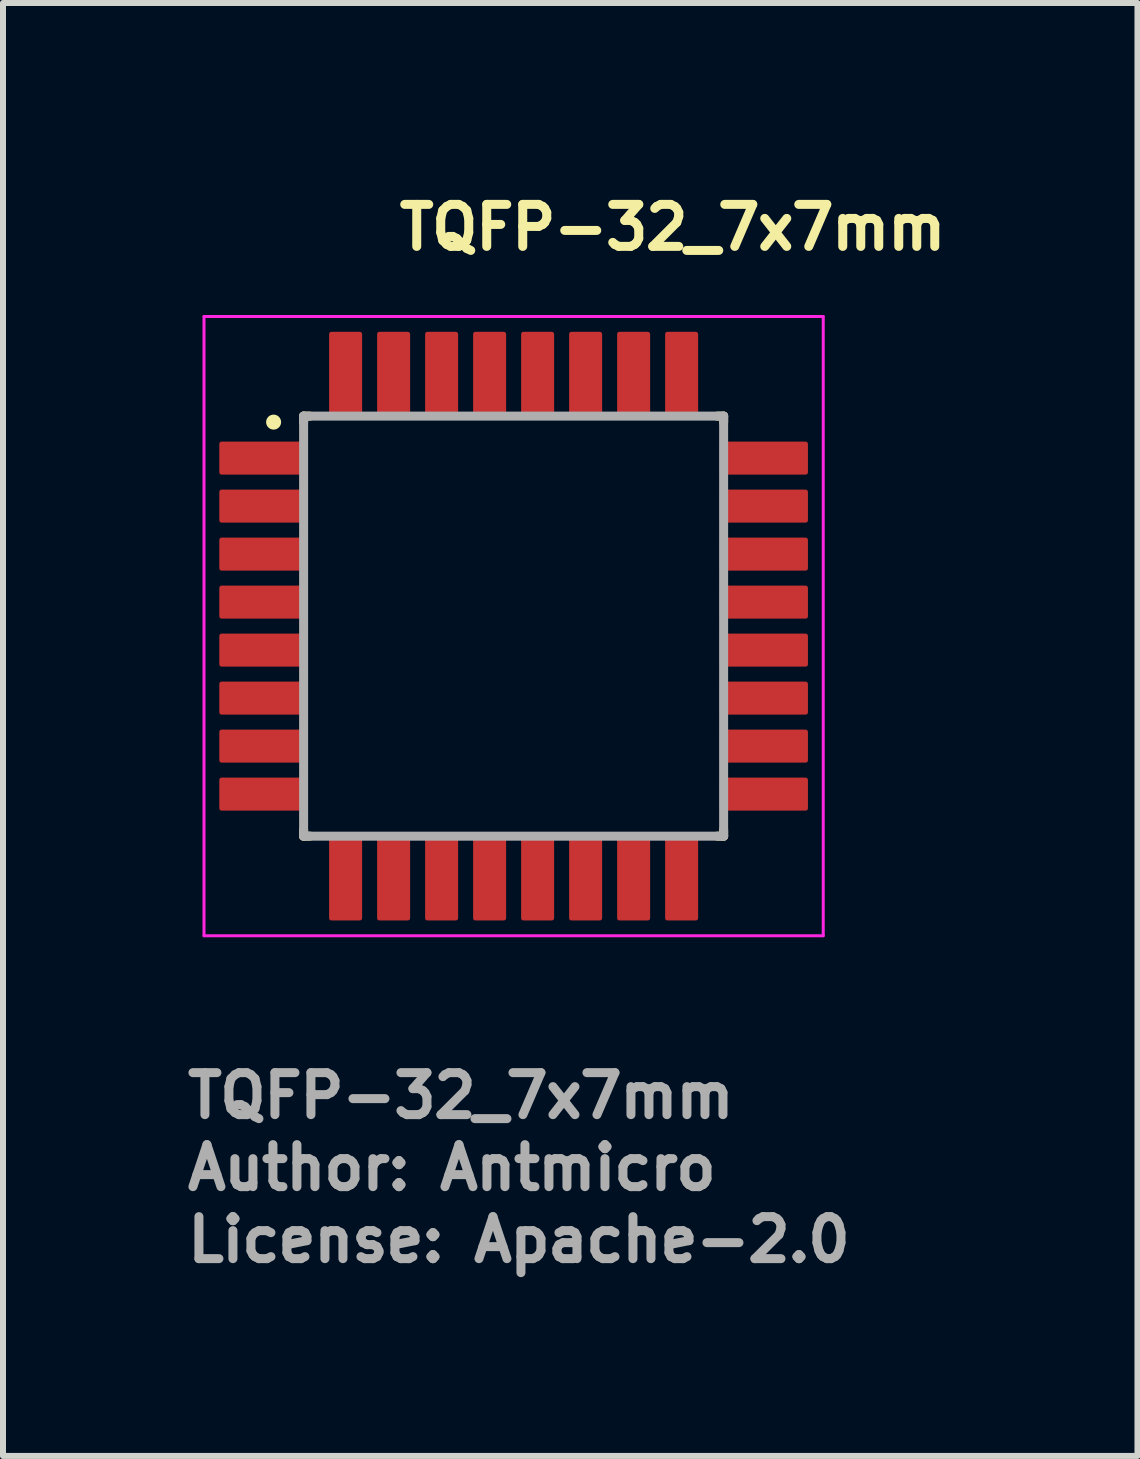
<source format=kicad_pcb>
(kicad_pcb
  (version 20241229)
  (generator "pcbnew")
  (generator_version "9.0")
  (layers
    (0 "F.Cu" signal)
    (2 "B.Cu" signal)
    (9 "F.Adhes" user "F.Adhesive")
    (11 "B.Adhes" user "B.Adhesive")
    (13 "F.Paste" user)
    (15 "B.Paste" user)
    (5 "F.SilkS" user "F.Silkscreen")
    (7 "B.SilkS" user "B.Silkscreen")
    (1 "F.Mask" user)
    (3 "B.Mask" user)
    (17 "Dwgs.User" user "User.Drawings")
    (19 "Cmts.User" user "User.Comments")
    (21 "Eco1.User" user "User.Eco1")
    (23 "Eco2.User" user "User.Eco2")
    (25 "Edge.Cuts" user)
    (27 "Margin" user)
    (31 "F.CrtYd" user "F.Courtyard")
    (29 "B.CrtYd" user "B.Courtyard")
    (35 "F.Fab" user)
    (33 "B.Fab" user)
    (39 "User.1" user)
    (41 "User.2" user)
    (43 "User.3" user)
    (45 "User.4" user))
  (footprint "TQFP-32_7x7mm"
    (layer "F.Cu")
    (at 5.51 7.385)
    (property "Reference" "TQFP-32_7x7mm" (at -1.98 -6.235 0) (layer "F.SilkS") (effects (font (size 0.7 0.7) (thickness 0.15)) (justify left bottom)))
    (attr smd)
    (fp_line (start -3.5 -3.5) (end -3.5 -3.395) (stroke (width 0.15) (type solid)) (layer "F.SilkS"))
    (fp_line (start -3.5 -3.5) (end -3.395 -3.5) (stroke (width 0.15) (type solid)) (layer "F.SilkS"))
    (fp_line (start -3.5 3.5) (end -3.5 3.395) (stroke (width 0.15) (type solid)) (layer "F.SilkS"))
    (fp_line (start -3.5 3.5) (end -3.395 3.5) (stroke (width 0.15) (type solid)) (layer "F.SilkS"))
    (fp_line (start 3.5 -3.5) (end 3.395 -3.5) (stroke (width 0.15) (type solid)) (layer "F.SilkS"))
    (fp_line (start 3.5 -3.5) (end 3.5 -3.395) (stroke (width 0.15) (type solid)) (layer "F.SilkS"))
    (fp_line (start 3.5 3.5) (end 3.395 3.5) (stroke (width 0.15) (type solid)) (layer "F.SilkS"))
    (fp_line (start 3.5 3.5) (end 3.5 3.395) (stroke (width 0.15) (type solid)) (layer "F.SilkS"))
    (fp_circle (center -4 -3.4) (end -3.95 -3.4) (stroke (width 0.15) (type solid)) (fill yes) (layer "F.SilkS"))
    (fp_line (start -5.16 -5.16) (end 5.16 -5.16) (stroke (width 0.05) (type solid)) (layer "F.CrtYd"))
    (fp_line (start -5.16 5.16) (end -5.16 -5.16) (stroke (width 0.05) (type solid)) (layer "F.CrtYd"))
    (fp_line (start -5.16 5.16) (end 5.16 5.16) (stroke (width 0.05) (type solid)) (layer "F.CrtYd"))
    (fp_line (start 5.16 5.16) (end 5.16 -5.16) (stroke (width 0.05) (type solid)) (layer "F.CrtYd"))
    (fp_line (start -3.5 3.5) (end -3.5 -3.5) (stroke (width 0.15) (type solid)) (layer "F.Fab"))
    (fp_line (start 3.5 -3.5) (end -3.5 -3.5) (stroke (width 0.15) (type solid)) (layer "F.Fab"))
    (fp_line (start 3.5 3.5) (end -3.5 3.5) (stroke (width 0.15) (type solid)) (layer "F.Fab"))
    (fp_line (start 3.5 3.5) (end 3.5 -3.5) (stroke (width 0.15) (type solid)) (layer "F.Fab"))
    (fp_rect (start -4.5 -4.5) (end 4.5 4.5) (stroke (width 0.1) (type solid)) (fill no) (layer "User.5"))
    (fp_line (start -4.5 -2.612) (end -4.5 -2.987) (stroke (width 0.02) (type solid)) (layer "User.9"))
    (fp_line (start -4.5 -1.812) (end -4.5 -2.188) (stroke (width 0.02) (type solid)) (layer "User.9"))
    (fp_line (start -4.5 -1.012) (end -4.5 -1.388) (stroke (width 0.02) (type solid)) (layer "User.9"))
    (fp_line (start -4.5 -0.212) (end -4.5 -0.588) (stroke (width 0.02) (type solid)) (layer "User.9"))
    (fp_line (start -4.5 0.588) (end -4.5 0.212) (stroke (width 0.02) (type solid)) (layer "User.9"))
    (fp_line (start -4.5 1.388) (end -4.5 1.012) (stroke (width 0.02) (type solid)) (layer "User.9"))
    (fp_line (start -4.5 2.188) (end -4.5 1.812) (stroke (width 0.02) (type solid)) (layer "User.9"))
    (fp_line (start -4.5 2.987) (end -4.5 2.612) (stroke (width 0.02) (type solid)) (layer "User.9"))
    (fp_line (start -4.166 -2.987) (end -4.5 -2.987) (stroke (width 0.02) (type solid)) (layer "User.9"))
    (fp_line (start -4.166 -2.612) (end -4.5 -2.612) (stroke (width 0.02) (type solid)) (layer "User.9"))
    (fp_line (start -4.166 -2.188) (end -4.5 -2.188) (stroke (width 0.02) (type solid)) (layer "User.9"))
    (fp_line (start -4.166 -1.812) (end -4.5 -1.812) (stroke (width 0.02) (type solid)) (layer "User.9"))
    (fp_line (start -4.166 -1.388) (end -4.5 -1.388) (stroke (width 0.02) (type solid)) (layer "User.9"))
    (fp_line (start -4.166 -1.012) (end -4.5 -1.012) (stroke (width 0.02) (type solid)) (layer "User.9"))
    (fp_line (start -4.166 -0.588) (end -4.5 -0.588) (stroke (width 0.02) (type solid)) (layer "User.9"))
    (fp_line (start -4.166 -0.212) (end -4.5 -0.212) (stroke (width 0.02) (type solid)) (layer "User.9"))
    (fp_line (start -4.166 0.212) (end -4.5 0.212) (stroke (width 0.02) (type solid)) (layer "User.9"))
    (fp_line (start -4.166 0.588) (end -4.5 0.588) (stroke (width 0.02) (type solid)) (layer "User.9"))
    (fp_line (start -4.166 1.012) (end -4.5 1.012) (stroke (width 0.02) (type solid)) (layer "User.9"))
    (fp_line (start -4.166 1.388) (end -4.5 1.388) (stroke (width 0.02) (type solid)) (layer "User.9"))
    (fp_line (start -4.166 1.812) (end -4.5 1.812) (stroke (width 0.02) (type solid)) (layer "User.9"))
    (fp_line (start -4.166 2.188) (end -4.5 2.188) (stroke (width 0.02) (type solid)) (layer "User.9"))
    (fp_line (start -4.166 2.612) (end -4.5 2.612) (stroke (width 0.02) (type solid)) (layer "User.9"))
    (fp_line (start -4.166 2.987) (end -4.5 2.987) (stroke (width 0.02) (type solid)) (layer "User.9"))
    (fp_line (start -4.043 -2.987) (end -4.166 -2.987) (stroke (width 0.02) (type solid)) (layer "User.9"))
    (fp_line (start -4.043 -2.612) (end -4.166 -2.612) (stroke (width 0.02) (type solid)) (layer "User.9"))
    (fp_line (start -4.043 -2.188) (end -4.166 -2.188) (stroke (width 0.02) (type solid)) (layer "User.9"))
    (fp_line (start -4.043 -1.812) (end -4.166 -1.812) (stroke (width 0.02) (type solid)) (layer "User.9"))
    (fp_line (start -4.043 -1.388) (end -4.166 -1.388) (stroke (width 0.02) (type solid)) (layer "User.9"))
    (fp_line (start -4.043 -1.012) (end -4.166 -1.012) (stroke (width 0.02) (type solid)) (layer "User.9"))
    (fp_line (start -4.043 -0.588) (end -4.166 -0.588) (stroke (width 0.02) (type solid)) (layer "User.9"))
    (fp_line (start -4.043 -0.212) (end -4.166 -0.212) (stroke (width 0.02) (type solid)) (layer "User.9"))
    (fp_line (start -4.043 0.212) (end -4.166 0.212) (stroke (width 0.02) (type solid)) (layer "User.9"))
    (fp_line (start -4.043 0.588) (end -4.166 0.588) (stroke (width 0.02) (type solid)) (layer "User.9"))
    (fp_line (start -4.043 1.012) (end -4.166 1.012) (stroke (width 0.02) (type solid)) (layer "User.9"))
    (fp_line (start -4.043 1.388) (end -4.166 1.388) (stroke (width 0.02) (type solid)) (layer "User.9"))
    (fp_line (start -4.043 1.812) (end -4.166 1.812) (stroke (width 0.02) (type solid)) (layer "User.9"))
    (fp_line (start -4.043 2.188) (end -4.166 2.188) (stroke (width 0.02) (type solid)) (layer "User.9"))
    (fp_line (start -4.043 2.612) (end -4.166 2.612) (stroke (width 0.02) (type solid)) (layer "User.9"))
    (fp_line (start -4.043 2.987) (end -4.166 2.987) (stroke (width 0.02) (type solid)) (layer "User.9"))
    (fp_line (start -4 -2.987) (end -4.043 -2.987) (stroke (width 0.02) (type solid)) (layer "User.9"))
    (fp_line (start -4 -2.612) (end -4.043 -2.612) (stroke (width 0.02) (type solid)) (layer "User.9"))
    (fp_line (start -4 -2.188) (end -4.043 -2.188) (stroke (width 0.02) (type solid)) (layer "User.9"))
    (fp_line (start -4 -1.812) (end -4.043 -1.812) (stroke (width 0.02) (type solid)) (layer "User.9"))
    (fp_line (start -4 -1.388) (end -4.043 -1.388) (stroke (width 0.02) (type solid)) (layer "User.9"))
    (fp_line (start -4 -1.012) (end -4.043 -1.012) (stroke (width 0.02) (type solid)) (layer "User.9"))
    (fp_line (start -4 -0.588) (end -4.043 -0.588) (stroke (width 0.02) (type solid)) (layer "User.9"))
    (fp_line (start -4 -0.212) (end -4.043 -0.212) (stroke (width 0.02) (type solid)) (layer "User.9"))
    (fp_line (start -4 0.212) (end -4.043 0.212) (stroke (width 0.02) (type solid)) (layer "User.9"))
    (fp_line (start -4 0.588) (end -4.043 0.588) (stroke (width 0.02) (type solid)) (layer "User.9"))
    (fp_line (start -4 1.012) (end -4.043 1.012) (stroke (width 0.02) (type solid)) (layer "User.9"))
    (fp_line (start -4 1.388) (end -4.043 1.388) (stroke (width 0.02) (type solid)) (layer "User.9"))
    (fp_line (start -4 1.812) (end -4.043 1.812) (stroke (width 0.02) (type solid)) (layer "User.9"))
    (fp_line (start -4 2.188) (end -4.043 2.188) (stroke (width 0.02) (type solid)) (layer "User.9"))
    (fp_line (start -4 2.612) (end -4.043 2.612) (stroke (width 0.02) (type solid)) (layer "User.9"))
    (fp_line (start -4 2.987) (end -4.043 2.987) (stroke (width 0.02) (type solid)) (layer "User.9"))
    (fp_line (start -3.726 -2.987) (end -4 -2.987) (stroke (width 0.02) (type solid)) (layer "User.9"))
    (fp_line (start -3.726 -2.612) (end -4 -2.612) (stroke (width 0.02) (type solid)) (layer "User.9"))
    (fp_line (start -3.726 -2.188) (end -4 -2.188) (stroke (width 0.02) (type solid)) (layer "User.9"))
    (fp_line (start -3.726 -1.812) (end -4 -1.812) (stroke (width 0.02) (type solid)) (layer "User.9"))
    (fp_line (start -3.726 -1.388) (end -4 -1.388) (stroke (width 0.02) (type solid)) (layer "User.9"))
    (fp_line (start -3.726 -1.012) (end -4 -1.012) (stroke (width 0.02) (type solid)) (layer "User.9"))
    (fp_line (start -3.726 -0.588) (end -4 -0.588) (stroke (width 0.02) (type solid)) (layer "User.9"))
    (fp_line (start -3.726 -0.212) (end -4 -0.212) (stroke (width 0.02) (type solid)) (layer "User.9"))
    (fp_line (start -3.726 0.212) (end -4 0.212) (stroke (width 0.02) (type solid)) (layer "User.9"))
    (fp_line (start -3.726 0.588) (end -4 0.588) (stroke (width 0.02) (type solid)) (layer "User.9"))
    (fp_line (start -3.726 1.012) (end -4 1.012) (stroke (width 0.02) (type solid)) (layer "User.9"))
    (fp_line (start -3.726 1.388) (end -4 1.388) (stroke (width 0.02) (type solid)) (layer "User.9"))
    (fp_line (start -3.726 1.812) (end -4 1.812) (stroke (width 0.02) (type solid)) (layer "User.9"))
    (fp_line (start -3.726 2.188) (end -4 2.188) (stroke (width 0.02) (type solid)) (layer "User.9"))
    (fp_line (start -3.726 2.612) (end -4 2.612) (stroke (width 0.02) (type solid)) (layer "User.9"))
    (fp_line (start -3.726 2.987) (end -4 2.987) (stroke (width 0.02) (type solid)) (layer "User.9"))
    (fp_line (start -3.5 -3.1) (end -3.5 3.1) (stroke (width 0.02) (type solid)) (layer "User.9"))
    (fp_line (start -3.5 -2.987) (end -3.726 -2.987) (stroke (width 0.02) (type solid)) (layer "User.9"))
    (fp_line (start -3.5 -2.612) (end -3.726 -2.612) (stroke (width 0.02) (type solid)) (layer "User.9"))
    (fp_line (start -3.5 -2.612) (end -3.5 -2.987) (stroke (width 0.02) (type solid)) (layer "User.9"))
    (fp_line (start -3.5 -2.188) (end -3.726 -2.188) (stroke (width 0.02) (type solid)) (layer "User.9"))
    (fp_line (start -3.5 -1.812) (end -3.726 -1.812) (stroke (width 0.02) (type solid)) (layer "User.9"))
    (fp_line (start -3.5 -1.812) (end -3.5 -2.188) (stroke (width 0.02) (type solid)) (layer "User.9"))
    (fp_line (start -3.5 -1.388) (end -3.726 -1.388) (stroke (width 0.02) (type solid)) (layer "User.9"))
    (fp_line (start -3.5 -1.012) (end -3.726 -1.012) (stroke (width 0.02) (type solid)) (layer "User.9"))
    (fp_line (start -3.5 -1.012) (end -3.5 -1.388) (stroke (width 0.02) (type solid)) (layer "User.9"))
    (fp_line (start -3.5 -0.588) (end -3.726 -0.588) (stroke (width 0.02) (type solid)) (layer "User.9"))
    (fp_line (start -3.5 -0.212) (end -3.726 -0.212) (stroke (width 0.02) (type solid)) (layer "User.9"))
    (fp_line (start -3.5 -0.212) (end -3.5 -0.588) (stroke (width 0.02) (type solid)) (layer "User.9"))
    (fp_line (start -3.5 0.212) (end -3.726 0.212) (stroke (width 0.02) (type solid)) (layer "User.9"))
    (fp_line (start -3.5 0.588) (end -3.726 0.588) (stroke (width 0.02) (type solid)) (layer "User.9"))
    (fp_line (start -3.5 0.588) (end -3.5 0.212) (stroke (width 0.02) (type solid)) (layer "User.9"))
    (fp_line (start -3.5 1.012) (end -3.726 1.012) (stroke (width 0.02) (type solid)) (layer "User.9"))
    (fp_line (start -3.5 1.388) (end -3.726 1.388) (stroke (width 0.02) (type solid)) (layer "User.9"))
    (fp_line (start -3.5 1.388) (end -3.5 1.012) (stroke (width 0.02) (type solid)) (layer "User.9"))
    (fp_line (start -3.5 1.812) (end -3.726 1.812) (stroke (width 0.02) (type solid)) (layer "User.9"))
    (fp_line (start -3.5 2.188) (end -3.726 2.188) (stroke (width 0.02) (type solid)) (layer "User.9"))
    (fp_line (start -3.5 2.188) (end -3.5 1.812) (stroke (width 0.02) (type solid)) (layer "User.9"))
    (fp_line (start -3.5 2.612) (end -3.726 2.612) (stroke (width 0.02) (type solid)) (layer "User.9"))
    (fp_line (start -3.5 2.987) (end -3.726 2.987) (stroke (width 0.02) (type solid)) (layer "User.9"))
    (fp_line (start -3.5 2.987) (end -3.5 2.612) (stroke (width 0.02) (type solid)) (layer "User.9"))
    (fp_line (start -3.5 3.1) (end -3.1 3.5) (stroke (width 0.02) (type solid)) (layer "User.9"))
    (fp_line (start -3.436 -3.074) (end -3.5 -3.1) (stroke (width 0.02) (type solid)) (layer "User.9"))
    (fp_line (start -3.436 -3.074) (end -3.436 3.074) (stroke (width 0.02) (type solid)) (layer "User.9"))
    (fp_line (start -3.436 3.074) (end -3.5 3.1) (stroke (width 0.02) (type solid)) (layer "User.9"))
    (fp_line (start -3.436 3.074) (end -3.074 3.436) (stroke (width 0.02) (type solid)) (layer "User.9"))
    (fp_line (start -3.1 -3.5) (end -3.5 -3.1) (stroke (width 0.02) (type solid)) (layer "User.9"))
    (fp_line (start -3.1 3.5) (end 3.1 3.5) (stroke (width 0.02) (type solid)) (layer "User.9"))
    (fp_line (start -3.074 -3.436) (end -3.436 -3.074) (stroke (width 0.02) (type solid)) (layer "User.9"))
    (fp_line (start -3.074 -3.436) (end -3.1 -3.5) (stroke (width 0.02) (type solid)) (layer "User.9"))
    (fp_line (start -3.074 3.436) (end -3.1 3.5) (stroke (width 0.02) (type solid)) (layer "User.9"))
    (fp_line (start -3.074 3.436) (end 3.074 3.436) (stroke (width 0.02) (type solid)) (layer "User.9"))
    (fp_line (start -3.05 -2.808) (end -3.05 -2.8) (stroke (width 0.02) (type solid)) (layer "User.9"))
    (fp_line (start -3.05 -2.808) (end -3.05 -2.8) (stroke (width 0.02) (type solid)) (layer "User.9"))
    (fp_line (start -3.05 -2.8) (end -3.049 -2.783) (stroke (width 0.02) (type solid)) (layer "User.9"))
    (fp_line (start -3.05 -2.8) (end -3.049 -2.783) (stroke (width 0.02) (type solid)) (layer "User.9"))
    (fp_line (start -3.049 -2.825) (end -3.049 -2.817) (stroke (width 0.02) (type solid)) (layer "User.9"))
    (fp_line (start -3.049 -2.825) (end -3.049 -2.817) (stroke (width 0.02) (type solid)) (layer "User.9"))
    (fp_line (start -3.049 -2.817) (end -3.05 -2.808) (stroke (width 0.02) (type solid)) (layer "User.9"))
    (fp_line (start -3.049 -2.817) (end -3.05 -2.808) (stroke (width 0.02) (type solid)) (layer "User.9"))
    (fp_line (start -3.049 -2.783) (end -3.048 -2.767) (stroke (width 0.02) (type solid)) (layer "User.9"))
    (fp_line (start -3.049 -2.783) (end -3.048 -2.767) (stroke (width 0.02) (type solid)) (layer "User.9"))
    (fp_line (start -3.048 -2.833) (end -3.049 -2.825) (stroke (width 0.02) (type solid)) (layer "User.9"))
    (fp_line (start -3.048 -2.833) (end -3.049 -2.825) (stroke (width 0.02) (type solid)) (layer "User.9"))
    (fp_line (start -3.048 -2.767) (end -3.045 -2.751) (stroke (width 0.02) (type solid)) (layer "User.9"))
    (fp_line (start -3.048 -2.767) (end -3.045 -2.751) (stroke (width 0.02) (type solid)) (layer "User.9"))
    (fp_line (start -3.047 -2.841) (end -3.048 -2.833) (stroke (width 0.02) (type solid)) (layer "User.9"))
    (fp_line (start -3.047 -2.841) (end -3.048 -2.833) (stroke (width 0.02) (type solid)) (layer "User.9"))
    (fp_line (start -3.045 -2.849) (end -3.047 -2.841) (stroke (width 0.02) (type solid)) (layer "User.9"))
    (fp_line (start -3.045 -2.849) (end -3.047 -2.841) (stroke (width 0.02) (type solid)) (layer "User.9"))
    (fp_line (start -3.045 -2.751) (end -3.041 -2.735) (stroke (width 0.02) (type solid)) (layer "User.9"))
    (fp_line (start -3.045 -2.751) (end -3.041 -2.735) (stroke (width 0.02) (type solid)) (layer "User.9"))
    (fp_line (start -3.043 -2.857) (end -3.045 -2.849) (stroke (width 0.02) (type solid)) (layer "User.9"))
    (fp_line (start -3.043 -2.857) (end -3.045 -2.849) (stroke (width 0.02) (type solid)) (layer "User.9"))
    (fp_line (start -3.041 -2.865) (end -3.043 -2.857) (stroke (width 0.02) (type solid)) (layer "User.9"))
    (fp_line (start -3.041 -2.865) (end -3.043 -2.857) (stroke (width 0.02) (type solid)) (layer "User.9"))
    (fp_line (start -3.041 -2.735) (end -3.037 -2.719) (stroke (width 0.02) (type solid)) (layer "User.9"))
    (fp_line (start -3.041 -2.735) (end -3.037 -2.719) (stroke (width 0.02) (type solid)) (layer "User.9"))
    (fp_line (start -3.039 -2.873) (end -3.041 -2.865) (stroke (width 0.02) (type solid)) (layer "User.9"))
    (fp_line (start -3.039 -2.873) (end -3.041 -2.865) (stroke (width 0.02) (type solid)) (layer "User.9"))
    (fp_line (start -3.037 -2.881) (end -3.039 -2.873) (stroke (width 0.02) (type solid)) (layer "User.9"))
    (fp_line (start -3.037 -2.881) (end -3.039 -2.873) (stroke (width 0.02) (type solid)) (layer "User.9"))
    (fp_line (start -3.037 -2.719) (end -3.031 -2.704) (stroke (width 0.02) (type solid)) (layer "User.9"))
    (fp_line (start -3.037 -2.719) (end -3.031 -2.704) (stroke (width 0.02) (type solid)) (layer "User.9"))
    (fp_line (start -3.034 -2.888) (end -3.037 -2.881) (stroke (width 0.02) (type solid)) (layer "User.9"))
    (fp_line (start -3.034 -2.888) (end -3.037 -2.881) (stroke (width 0.02) (type solid)) (layer "User.9"))
    (fp_line (start -3.031 -2.896) (end -3.034 -2.888) (stroke (width 0.02) (type solid)) (layer "User.9"))
    (fp_line (start -3.031 -2.896) (end -3.034 -2.888) (stroke (width 0.02) (type solid)) (layer "User.9"))
    (fp_line (start -3.031 -2.704) (end -3.024 -2.689) (stroke (width 0.02) (type solid)) (layer "User.9"))
    (fp_line (start -3.031 -2.704) (end -3.024 -2.689) (stroke (width 0.02) (type solid)) (layer "User.9"))
    (fp_line (start -3.028 -2.903) (end -3.031 -2.896) (stroke (width 0.02) (type solid)) (layer "User.9"))
    (fp_line (start -3.028 -2.903) (end -3.031 -2.896) (stroke (width 0.02) (type solid)) (layer "User.9"))
    (fp_line (start -3.024 -2.911) (end -3.028 -2.903) (stroke (width 0.02) (type solid)) (layer "User.9"))
    (fp_line (start -3.024 -2.911) (end -3.028 -2.903) (stroke (width 0.02) (type solid)) (layer "User.9"))
    (fp_line (start -3.024 -2.689) (end -3.017 -2.675) (stroke (width 0.02) (type solid)) (layer "User.9"))
    (fp_line (start -3.024 -2.689) (end -3.017 -2.675) (stroke (width 0.02) (type solid)) (layer "User.9"))
    (fp_line (start -3.02 -2.918) (end -3.024 -2.911) (stroke (width 0.02) (type solid)) (layer "User.9"))
    (fp_line (start -3.02 -2.918) (end -3.024 -2.911) (stroke (width 0.02) (type solid)) (layer "User.9"))
    (fp_line (start -3.017 -2.925) (end -3.02 -2.918) (stroke (width 0.02) (type solid)) (layer "User.9"))
    (fp_line (start -3.017 -2.925) (end -3.02 -2.918) (stroke (width 0.02) (type solid)) (layer "User.9"))
    (fp_line (start -3.017 -2.675) (end -3.008 -2.661) (stroke (width 0.02) (type solid)) (layer "User.9"))
    (fp_line (start -3.017 -2.675) (end -3.008 -2.661) (stroke (width 0.02) (type solid)) (layer "User.9"))
    (fp_line (start -3.012 -2.932) (end -3.017 -2.925) (stroke (width 0.02) (type solid)) (layer "User.9"))
    (fp_line (start -3.012 -2.932) (end -3.017 -2.925) (stroke (width 0.02) (type solid)) (layer "User.9"))
    (fp_line (start -3.008 -2.939) (end -3.012 -2.932) (stroke (width 0.02) (type solid)) (layer "User.9"))
    (fp_line (start -3.008 -2.939) (end -3.012 -2.932) (stroke (width 0.02) (type solid)) (layer "User.9"))
    (fp_line (start -3.008 -2.661) (end -2.999 -2.648) (stroke (width 0.02) (type solid)) (layer "User.9"))
    (fp_line (start -3.008 -2.661) (end -2.999 -2.648) (stroke (width 0.02) (type solid)) (layer "User.9"))
    (fp_line (start -3.003 -2.945) (end -3.008 -2.939) (stroke (width 0.02) (type solid)) (layer "User.9"))
    (fp_line (start -3.003 -2.945) (end -3.008 -2.939) (stroke (width 0.02) (type solid)) (layer "User.9"))
    (fp_line (start -2.999 -2.952) (end -3.003 -2.945) (stroke (width 0.02) (type solid)) (layer "User.9"))
    (fp_line (start -2.999 -2.952) (end -3.003 -2.945) (stroke (width 0.02) (type solid)) (layer "User.9"))
    (fp_line (start -2.999 -2.648) (end -2.988 -2.636) (stroke (width 0.02) (type solid)) (layer "User.9"))
    (fp_line (start -2.999 -2.648) (end -2.988 -2.636) (stroke (width 0.02) (type solid)) (layer "User.9"))
    (fp_line (start -2.994 -2.958) (end -2.999 -2.952) (stroke (width 0.02) (type solid)) (layer "User.9"))
    (fp_line (start -2.994 -2.958) (end -2.999 -2.952) (stroke (width 0.02) (type solid)) (layer "User.9"))
    (fp_line (start -2.988 -2.964) (end -2.994 -2.958) (stroke (width 0.02) (type solid)) (layer "User.9"))
    (fp_line (start -2.988 -2.964) (end -2.994 -2.958) (stroke (width 0.02) (type solid)) (layer "User.9"))
    (fp_line (start -2.988 -2.636) (end -2.977 -2.624) (stroke (width 0.02) (type solid)) (layer "User.9"))
    (fp_line (start -2.988 -2.636) (end -2.977 -2.624) (stroke (width 0.02) (type solid)) (layer "User.9"))
    (fp_line (start -2.987 -4.5) (end -2.612 -4.5) (stroke (width 0.02) (type solid)) (layer "User.9"))
    (fp_line (start -2.987 -4.166) (end -2.987 -4.5) (stroke (width 0.02) (type solid)) (layer "User.9"))
    (fp_line (start -2.987 -4.043) (end -2.987 -4.166) (stroke (width 0.02) (type solid)) (layer "User.9"))
    (fp_line (start -2.987 -4) (end -2.987 -4.043) (stroke (width 0.02) (type solid)) (layer "User.9"))
    (fp_line (start -2.987 -3.726) (end -2.987 -4) (stroke (width 0.02) (type solid)) (layer "User.9"))
    (fp_line (start -2.987 -3.5) (end -2.987 -3.726) (stroke (width 0.02) (type solid)) (layer "User.9"))
    (fp_line (start -2.987 -3.5) (end -2.612 -3.5) (stroke (width 0.02) (type solid)) (layer "User.9"))
    (fp_line (start -2.987 3.5) (end -2.987 3.726) (stroke (width 0.02) (type solid)) (layer "User.9"))
    (fp_line (start -2.987 3.726) (end -2.987 4) (stroke (width 0.02) (type solid)) (layer "User.9"))
    (fp_line (start -2.987 4) (end -2.987 4.043) (stroke (width 0.02) (type solid)) (layer "User.9"))
    (fp_line (start -2.987 4.043) (end -2.987 4.166) (stroke (width 0.02) (type solid)) (layer "User.9"))
    (fp_line (start -2.987 4.166) (end -2.987 4.5) (stroke (width 0.02) (type solid)) (layer "User.9"))
    (fp_line (start -2.983 -2.971) (end -2.988 -2.964) (stroke (width 0.02) (type solid)) (layer "User.9"))
    (fp_line (start -2.983 -2.971) (end -2.988 -2.964) (stroke (width 0.02) (type solid)) (layer "User.9"))
    (fp_line (start -2.977 -2.976) (end -2.983 -2.971) (stroke (width 0.02) (type solid)) (layer "User.9"))
    (fp_line (start -2.977 -2.976) (end -2.983 -2.971) (stroke (width 0.02) (type solid)) (layer "User.9"))
    (fp_line (start -2.977 -2.624) (end -2.965 -2.612) (stroke (width 0.02) (type solid)) (layer "User.9"))
    (fp_line (start -2.977 -2.624) (end -2.965 -2.612) (stroke (width 0.02) (type solid)) (layer "User.9"))
    (fp_line (start -2.971 -2.982) (end -2.977 -2.976) (stroke (width 0.02) (type solid)) (layer "User.9"))
    (fp_line (start -2.971 -2.982) (end -2.977 -2.976) (stroke (width 0.02) (type solid)) (layer "User.9"))
    (fp_line (start -2.965 -2.988) (end -2.971 -2.982) (stroke (width 0.02) (type solid)) (layer "User.9"))
    (fp_line (start -2.965 -2.988) (end -2.971 -2.982) (stroke (width 0.02) (type solid)) (layer "User.9"))
    (fp_line (start -2.965 -2.612) (end -2.953 -2.602) (stroke (width 0.02) (type solid)) (layer "User.9"))
    (fp_line (start -2.965 -2.612) (end -2.953 -2.602) (stroke (width 0.02) (type solid)) (layer "User.9"))
    (fp_line (start -2.959 -2.993) (end -2.965 -2.988) (stroke (width 0.02) (type solid)) (layer "User.9"))
    (fp_line (start -2.959 -2.993) (end -2.965 -2.988) (stroke (width 0.02) (type solid)) (layer "User.9"))
    (fp_line (start -2.953 -2.998) (end -2.959 -2.993) (stroke (width 0.02) (type solid)) (layer "User.9"))
    (fp_line (start -2.953 -2.998) (end -2.959 -2.993) (stroke (width 0.02) (type solid)) (layer "User.9"))
    (fp_line (start -2.953 -2.602) (end -2.939 -2.592) (stroke (width 0.02) (type solid)) (layer "User.9"))
    (fp_line (start -2.953 -2.602) (end -2.939 -2.592) (stroke (width 0.02) (type solid)) (layer "User.9"))
    (fp_line (start -2.946 -3.003) (end -2.953 -2.998) (stroke (width 0.02) (type solid)) (layer "User.9"))
    (fp_line (start -2.946 -3.003) (end -2.953 -2.998) (stroke (width 0.02) (type solid)) (layer "User.9"))
    (fp_line (start -2.939 -3.008) (end -2.946 -3.003) (stroke (width 0.02) (type solid)) (layer "User.9"))
    (fp_line (start -2.939 -3.008) (end -2.946 -3.003) (stroke (width 0.02) (type solid)) (layer "User.9"))
    (fp_line (start -2.939 -2.592) (end -2.925 -2.583) (stroke (width 0.02) (type solid)) (layer "User.9"))
    (fp_line (start -2.939 -2.592) (end -2.925 -2.583) (stroke (width 0.02) (type solid)) (layer "User.9"))
    (fp_line (start -2.932 -3.012) (end -2.939 -3.008) (stroke (width 0.02) (type solid)) (layer "User.9"))
    (fp_line (start -2.932 -3.012) (end -2.939 -3.008) (stroke (width 0.02) (type solid)) (layer "User.9"))
    (fp_line (start -2.925 -3.017) (end -2.932 -3.012) (stroke (width 0.02) (type solid)) (layer "User.9"))
    (fp_line (start -2.925 -3.017) (end -2.932 -3.012) (stroke (width 0.02) (type solid)) (layer "User.9"))
    (fp_line (start -2.925 -3.017) (end -2.925 -3.017) (stroke (width 0.02) (type solid)) (layer "User.9"))
    (fp_line (start -2.925 -3.017) (end -2.925 -3.017) (stroke (width 0.02) (type solid)) (layer "User.9"))
    (fp_line (start -2.925 -2.583) (end -2.925 -2.583) (stroke (width 0.02) (type solid)) (layer "User.9"))
    (fp_line (start -2.925 -2.583) (end -2.925 -2.583) (stroke (width 0.02) (type solid)) (layer "User.9"))
    (fp_line (start -2.925 -2.583) (end -2.91 -2.576) (stroke (width 0.02) (type solid)) (layer "User.9"))
    (fp_line (start -2.925 -2.583) (end -2.91 -2.576) (stroke (width 0.02) (type solid)) (layer "User.9"))
    (fp_line (start -2.91 -3.024) (end -2.925 -3.017) (stroke (width 0.02) (type solid)) (layer "User.9"))
    (fp_line (start -2.91 -3.024) (end -2.925 -3.017) (stroke (width 0.02) (type solid)) (layer "User.9"))
    (fp_line (start -2.91 -2.576) (end -2.895 -2.569) (stroke (width 0.02) (type solid)) (layer "User.9"))
    (fp_line (start -2.91 -2.576) (end -2.895 -2.569) (stroke (width 0.02) (type solid)) (layer "User.9"))
    (fp_line (start -2.895 -3.031) (end -2.91 -3.024) (stroke (width 0.02) (type solid)) (layer "User.9"))
    (fp_line (start -2.895 -3.031) (end -2.91 -3.024) (stroke (width 0.02) (type solid)) (layer "User.9"))
    (fp_line (start -2.895 -2.569) (end -2.88 -2.563) (stroke (width 0.02) (type solid)) (layer "User.9"))
    (fp_line (start -2.895 -2.569) (end -2.88 -2.563) (stroke (width 0.02) (type solid)) (layer "User.9"))
    (fp_line (start -2.88 -3.037) (end -2.895 -3.031) (stroke (width 0.02) (type solid)) (layer "User.9"))
    (fp_line (start -2.88 -3.037) (end -2.895 -3.031) (stroke (width 0.02) (type solid)) (layer "User.9"))
    (fp_line (start -2.88 -2.563) (end -2.864 -2.558) (stroke (width 0.02) (type solid)) (layer "User.9"))
    (fp_line (start -2.88 -2.563) (end -2.864 -2.558) (stroke (width 0.02) (type solid)) (layer "User.9"))
    (fp_line (start -2.864 -3.042) (end -2.88 -3.037) (stroke (width 0.02) (type solid)) (layer "User.9"))
    (fp_line (start -2.864 -3.042) (end -2.88 -3.037) (stroke (width 0.02) (type solid)) (layer "User.9"))
    (fp_line (start -2.864 -2.558) (end -2.848 -2.555) (stroke (width 0.02) (type solid)) (layer "User.9"))
    (fp_line (start -2.864 -2.558) (end -2.848 -2.555) (stroke (width 0.02) (type solid)) (layer "User.9"))
    (fp_line (start -2.848 -3.045) (end -2.864 -3.042) (stroke (width 0.02) (type solid)) (layer "User.9"))
    (fp_line (start -2.848 -3.045) (end -2.864 -3.042) (stroke (width 0.02) (type solid)) (layer "User.9"))
    (fp_line (start -2.848 -2.555) (end -2.832 -2.552) (stroke (width 0.02) (type solid)) (layer "User.9"))
    (fp_line (start -2.848 -2.555) (end -2.832 -2.552) (stroke (width 0.02) (type solid)) (layer "User.9"))
    (fp_line (start -2.832 -3.048) (end -2.848 -3.045) (stroke (width 0.02) (type solid)) (layer "User.9"))
    (fp_line (start -2.832 -3.048) (end -2.848 -3.045) (stroke (width 0.02) (type solid)) (layer "User.9"))
    (fp_line (start -2.832 -2.552) (end -2.816 -2.551) (stroke (width 0.02) (type solid)) (layer "User.9"))
    (fp_line (start -2.832 -2.552) (end -2.816 -2.551) (stroke (width 0.02) (type solid)) (layer "User.9"))
    (fp_line (start -2.816 -3.049) (end -2.832 -3.048) (stroke (width 0.02) (type solid)) (layer "User.9"))
    (fp_line (start -2.816 -3.049) (end -2.832 -3.048) (stroke (width 0.02) (type solid)) (layer "User.9"))
    (fp_line (start -2.816 -2.551) (end -2.8 -2.55) (stroke (width 0.02) (type solid)) (layer "User.9"))
    (fp_line (start -2.816 -2.551) (end -2.8 -2.55) (stroke (width 0.02) (type solid)) (layer "User.9"))
    (fp_line (start -2.8 -3.05) (end -2.816 -3.049) (stroke (width 0.02) (type solid)) (layer "User.9"))
    (fp_line (start -2.8 -3.05) (end -2.816 -3.049) (stroke (width 0.02) (type solid)) (layer "User.9"))
    (fp_line (start -2.8 -2.55) (end -2.784 -2.551) (stroke (width 0.02) (type solid)) (layer "User.9"))
    (fp_line (start -2.8 -2.55) (end -2.784 -2.551) (stroke (width 0.02) (type solid)) (layer "User.9"))
    (fp_line (start -2.784 -3.049) (end -2.8 -3.05) (stroke (width 0.02) (type solid)) (layer "User.9"))
    (fp_line (start -2.784 -3.049) (end -2.8 -3.05) (stroke (width 0.02) (type solid)) (layer "User.9"))
    (fp_line (start -2.784 -2.551) (end -2.768 -2.552) (stroke (width 0.02) (type solid)) (layer "User.9"))
    (fp_line (start -2.784 -2.551) (end -2.768 -2.552) (stroke (width 0.02) (type solid)) (layer "User.9"))
    (fp_line (start -2.768 -3.048) (end -2.784 -3.049) (stroke (width 0.02) (type solid)) (layer "User.9"))
    (fp_line (start -2.768 -3.048) (end -2.784 -3.049) (stroke (width 0.02) (type solid)) (layer "User.9"))
    (fp_line (start -2.768 -2.552) (end -2.752 -2.555) (stroke (width 0.02) (type solid)) (layer "User.9"))
    (fp_line (start -2.768 -2.552) (end -2.752 -2.555) (stroke (width 0.02) (type solid)) (layer "User.9"))
    (fp_line (start -2.752 -3.045) (end -2.768 -3.048) (stroke (width 0.02) (type solid)) (layer "User.9"))
    (fp_line (start -2.752 -3.045) (end -2.768 -3.048) (stroke (width 0.02) (type solid)) (layer "User.9"))
    (fp_line (start -2.752 -2.555) (end -2.736 -2.558) (stroke (width 0.02) (type solid)) (layer "User.9"))
    (fp_line (start -2.752 -2.555) (end -2.736 -2.558) (stroke (width 0.02) (type solid)) (layer "User.9"))
    (fp_line (start -2.736 -3.042) (end -2.752 -3.045) (stroke (width 0.02) (type solid)) (layer "User.9"))
    (fp_line (start -2.736 -3.042) (end -2.752 -3.045) (stroke (width 0.02) (type solid)) (layer "User.9"))
    (fp_line (start -2.736 -2.558) (end -2.72 -2.563) (stroke (width 0.02) (type solid)) (layer "User.9"))
    (fp_line (start -2.736 -2.558) (end -2.72 -2.563) (stroke (width 0.02) (type solid)) (layer "User.9"))
    (fp_line (start -2.72 -3.037) (end -2.736 -3.042) (stroke (width 0.02) (type solid)) (layer "User.9"))
    (fp_line (start -2.72 -3.037) (end -2.736 -3.042) (stroke (width 0.02) (type solid)) (layer "User.9"))
    (fp_line (start -2.72 -2.563) (end -2.705 -2.569) (stroke (width 0.02) (type solid)) (layer "User.9"))
    (fp_line (start -2.72 -2.563) (end -2.705 -2.569) (stroke (width 0.02) (type solid)) (layer "User.9"))
    (fp_line (start -2.705 -3.031) (end -2.72 -3.037) (stroke (width 0.02) (type solid)) (layer "User.9"))
    (fp_line (start -2.705 -3.031) (end -2.72 -3.037) (stroke (width 0.02) (type solid)) (layer "User.9"))
    (fp_line (start -2.705 -2.569) (end -2.69 -2.576) (stroke (width 0.02) (type solid)) (layer "User.9"))
    (fp_line (start -2.705 -2.569) (end -2.69 -2.576) (stroke (width 0.02) (type solid)) (layer "User.9"))
    (fp_line (start -2.69 -3.024) (end -2.705 -3.031) (stroke (width 0.02) (type solid)) (layer "User.9"))
    (fp_line (start -2.69 -3.024) (end -2.705 -3.031) (stroke (width 0.02) (type solid)) (layer "User.9"))
    (fp_line (start -2.69 -2.576) (end -2.675 -2.583) (stroke (width 0.02) (type solid)) (layer "User.9"))
    (fp_line (start -2.69 -2.576) (end -2.675 -2.583) (stroke (width 0.02) (type solid)) (layer "User.9"))
    (fp_line (start -2.675 -3.017) (end -2.69 -3.024) (stroke (width 0.02) (type solid)) (layer "User.9"))
    (fp_line (start -2.675 -3.017) (end -2.69 -3.024) (stroke (width 0.02) (type solid)) (layer "User.9"))
    (fp_line (start -2.675 -3.017) (end -2.675 -3.017) (stroke (width 0.02) (type solid)) (layer "User.9"))
    (fp_line (start -2.675 -3.017) (end -2.675 -3.017) (stroke (width 0.02) (type solid)) (layer "User.9"))
    (fp_line (start -2.675 -2.583) (end -2.675 -2.583) (stroke (width 0.02) (type solid)) (layer "User.9"))
    (fp_line (start -2.675 -2.583) (end -2.675 -2.583) (stroke (width 0.02) (type solid)) (layer "User.9"))
    (fp_line (start -2.675 -2.583) (end -2.668 -2.588) (stroke (width 0.02) (type solid)) (layer "User.9"))
    (fp_line (start -2.675 -2.583) (end -2.668 -2.588) (stroke (width 0.02) (type solid)) (layer "User.9"))
    (fp_line (start -2.668 -2.588) (end -2.661 -2.592) (stroke (width 0.02) (type solid)) (layer "User.9"))
    (fp_line (start -2.668 -2.588) (end -2.661 -2.592) (stroke (width 0.02) (type solid)) (layer "User.9"))
    (fp_line (start -2.661 -3.008) (end -2.675 -3.017) (stroke (width 0.02) (type solid)) (layer "User.9"))
    (fp_line (start -2.661 -3.008) (end -2.675 -3.017) (stroke (width 0.02) (type solid)) (layer "User.9"))
    (fp_line (start -2.661 -2.592) (end -2.654 -2.597) (stroke (width 0.02) (type solid)) (layer "User.9"))
    (fp_line (start -2.661 -2.592) (end -2.654 -2.597) (stroke (width 0.02) (type solid)) (layer "User.9"))
    (fp_line (start -2.654 -2.597) (end -2.647 -2.602) (stroke (width 0.02) (type solid)) (layer "User.9"))
    (fp_line (start -2.654 -2.597) (end -2.647 -2.602) (stroke (width 0.02) (type solid)) (layer "User.9"))
    (fp_line (start -2.647 -2.998) (end -2.661 -3.008) (stroke (width 0.02) (type solid)) (layer "User.9"))
    (fp_line (start -2.647 -2.998) (end -2.661 -3.008) (stroke (width 0.02) (type solid)) (layer "User.9"))
    (fp_line (start -2.647 -2.602) (end -2.641 -2.607) (stroke (width 0.02) (type solid)) (layer "User.9"))
    (fp_line (start -2.647 -2.602) (end -2.641 -2.607) (stroke (width 0.02) (type solid)) (layer "User.9"))
    (fp_line (start -2.641 -2.607) (end -2.635 -2.612) (stroke (width 0.02) (type solid)) (layer "User.9"))
    (fp_line (start -2.641 -2.607) (end -2.635 -2.612) (stroke (width 0.02) (type solid)) (layer "User.9"))
    (fp_line (start -2.635 -2.988) (end -2.647 -2.998) (stroke (width 0.02) (type solid)) (layer "User.9"))
    (fp_line (start -2.635 -2.988) (end -2.647 -2.998) (stroke (width 0.02) (type solid)) (layer "User.9"))
    (fp_line (start -2.635 -2.612) (end -2.629 -2.618) (stroke (width 0.02) (type solid)) (layer "User.9"))
    (fp_line (start -2.635 -2.612) (end -2.629 -2.618) (stroke (width 0.02) (type solid)) (layer "User.9"))
    (fp_line (start -2.629 -2.618) (end -2.623 -2.624) (stroke (width 0.02) (type solid)) (layer "User.9"))
    (fp_line (start -2.629 -2.618) (end -2.623 -2.624) (stroke (width 0.02) (type solid)) (layer "User.9"))
    (fp_line (start -2.623 -2.976) (end -2.635 -2.988) (stroke (width 0.02) (type solid)) (layer "User.9"))
    (fp_line (start -2.623 -2.976) (end -2.635 -2.988) (stroke (width 0.02) (type solid)) (layer "User.9"))
    (fp_line (start -2.623 -2.624) (end -2.617 -2.629) (stroke (width 0.02) (type solid)) (layer "User.9"))
    (fp_line (start -2.623 -2.624) (end -2.617 -2.629) (stroke (width 0.02) (type solid)) (layer "User.9"))
    (fp_line (start -2.617 -2.629) (end -2.612 -2.636) (stroke (width 0.02) (type solid)) (layer "User.9"))
    (fp_line (start -2.617 -2.629) (end -2.612 -2.636) (stroke (width 0.02) (type solid)) (layer "User.9"))
    (fp_line (start -2.612 -4.166) (end -2.612 -4.5) (stroke (width 0.02) (type solid)) (layer "User.9"))
    (fp_line (start -2.612 -4.043) (end -2.612 -4.166) (stroke (width 0.02) (type solid)) (layer "User.9"))
    (fp_line (start -2.612 -4) (end -2.612 -4.043) (stroke (width 0.02) (type solid)) (layer "User.9"))
    (fp_line (start -2.612 -3.726) (end -2.612 -4) (stroke (width 0.02) (type solid)) (layer "User.9"))
    (fp_line (start -2.612 -3.5) (end -2.612 -3.726) (stroke (width 0.02) (type solid)) (layer "User.9"))
    (fp_line (start -2.612 -2.964) (end -2.623 -2.976) (stroke (width 0.02) (type solid)) (layer "User.9"))
    (fp_line (start -2.612 -2.964) (end -2.623 -2.976) (stroke (width 0.02) (type solid)) (layer "User.9"))
    (fp_line (start -2.612 -2.636) (end -2.606 -2.642) (stroke (width 0.02) (type solid)) (layer "User.9"))
    (fp_line (start -2.612 -2.636) (end -2.606 -2.642) (stroke (width 0.02) (type solid)) (layer "User.9"))
    (fp_line (start -2.612 3.5) (end -2.987 3.5) (stroke (width 0.02) (type solid)) (layer "User.9"))
    (fp_line (start -2.612 3.5) (end -2.612 3.726) (stroke (width 0.02) (type solid)) (layer "User.9"))
    (fp_line (start -2.612 3.726) (end -2.612 4) (stroke (width 0.02) (type solid)) (layer "User.9"))
    (fp_line (start -2.612 4) (end -2.612 4.043) (stroke (width 0.02) (type solid)) (layer "User.9"))
    (fp_line (start -2.612 4.043) (end -2.612 4.166) (stroke (width 0.02) (type solid)) (layer "User.9"))
    (fp_line (start -2.612 4.166) (end -2.612 4.5) (stroke (width 0.02) (type solid)) (layer "User.9"))
    (fp_line (start -2.612 4.5) (end -2.987 4.5) (stroke (width 0.02) (type solid)) (layer "User.9"))
    (fp_line (start -2.606 -2.642) (end -2.601 -2.648) (stroke (width 0.02) (type solid)) (layer "User.9"))
    (fp_line (start -2.606 -2.642) (end -2.601 -2.648) (stroke (width 0.02) (type solid)) (layer "User.9"))
    (fp_line (start -2.601 -2.952) (end -2.612 -2.964) (stroke (width 0.02) (type solid)) (layer "User.9"))
    (fp_line (start -2.601 -2.952) (end -2.612 -2.964) (stroke (width 0.02) (type solid)) (layer "User.9"))
    (fp_line (start -2.601 -2.648) (end -2.597 -2.655) (stroke (width 0.02) (type solid)) (layer "User.9"))
    (fp_line (start -2.601 -2.648) (end -2.597 -2.655) (stroke (width 0.02) (type solid)) (layer "User.9"))
    (fp_line (start -2.597 -2.655) (end -2.592 -2.661) (stroke (width 0.02) (type solid)) (layer "User.9"))
    (fp_line (start -2.597 -2.655) (end -2.592 -2.661) (stroke (width 0.02) (type solid)) (layer "User.9"))
    (fp_line (start -2.592 -2.939) (end -2.601 -2.952) (stroke (width 0.02) (type solid)) (layer "User.9"))
    (fp_line (start -2.592 -2.939) (end -2.601 -2.952) (stroke (width 0.02) (type solid)) (layer "User.9"))
    (fp_line (start -2.592 -2.661) (end -2.588 -2.668) (stroke (width 0.02) (type solid)) (layer "User.9"))
    (fp_line (start -2.592 -2.661) (end -2.588 -2.668) (stroke (width 0.02) (type solid)) (layer "User.9"))
    (fp_line (start -2.588 -2.668) (end -2.583 -2.675) (stroke (width 0.02) (type solid)) (layer "User.9"))
    (fp_line (start -2.588 -2.668) (end -2.583 -2.675) (stroke (width 0.02) (type solid)) (layer "User.9"))
    (fp_line (start -2.583 -2.925) (end -2.592 -2.939) (stroke (width 0.02) (type solid)) (layer "User.9"))
    (fp_line (start -2.583 -2.925) (end -2.592 -2.939) (stroke (width 0.02) (type solid)) (layer "User.9"))
    (fp_line (start -2.583 -2.675) (end -2.58 -2.682) (stroke (width 0.02) (type solid)) (layer "User.9"))
    (fp_line (start -2.583 -2.675) (end -2.58 -2.682) (stroke (width 0.02) (type solid)) (layer "User.9"))
    (fp_line (start -2.58 -2.682) (end -2.576 -2.689) (stroke (width 0.02) (type solid)) (layer "User.9"))
    (fp_line (start -2.58 -2.682) (end -2.576 -2.689) (stroke (width 0.02) (type solid)) (layer "User.9"))
    (fp_line (start -2.576 -2.911) (end -2.583 -2.925) (stroke (width 0.02) (type solid)) (layer "User.9"))
    (fp_line (start -2.576 -2.911) (end -2.583 -2.925) (stroke (width 0.02) (type solid)) (layer "User.9"))
    (fp_line (start -2.576 -2.689) (end -2.572 -2.697) (stroke (width 0.02) (type solid)) (layer "User.9"))
    (fp_line (start -2.576 -2.689) (end -2.572 -2.697) (stroke (width 0.02) (type solid)) (layer "User.9"))
    (fp_line (start -2.572 -2.697) (end -2.569 -2.704) (stroke (width 0.02) (type solid)) (layer "User.9"))
    (fp_line (start -2.572 -2.697) (end -2.569 -2.704) (stroke (width 0.02) (type solid)) (layer "User.9"))
    (fp_line (start -2.569 -2.896) (end -2.576 -2.911) (stroke (width 0.02) (type solid)) (layer "User.9"))
    (fp_line (start -2.569 -2.896) (end -2.576 -2.911) (stroke (width 0.02) (type solid)) (layer "User.9"))
    (fp_line (start -2.569 -2.704) (end -2.566 -2.712) (stroke (width 0.02) (type solid)) (layer "User.9"))
    (fp_line (start -2.569 -2.704) (end -2.566 -2.712) (stroke (width 0.02) (type solid)) (layer "User.9"))
    (fp_line (start -2.566 -2.712) (end -2.563 -2.719) (stroke (width 0.02) (type solid)) (layer "User.9"))
    (fp_line (start -2.566 -2.712) (end -2.563 -2.719) (stroke (width 0.02) (type solid)) (layer "User.9"))
    (fp_line (start -2.563 -2.881) (end -2.569 -2.896) (stroke (width 0.02) (type solid)) (layer "User.9"))
    (fp_line (start -2.563 -2.881) (end -2.569 -2.896) (stroke (width 0.02) (type solid)) (layer "User.9"))
    (fp_line (start -2.563 -2.719) (end -2.561 -2.727) (stroke (width 0.02) (type solid)) (layer "User.9"))
    (fp_line (start -2.563 -2.719) (end -2.561 -2.727) (stroke (width 0.02) (type solid)) (layer "User.9"))
    (fp_line (start -2.561 -2.727) (end -2.559 -2.735) (stroke (width 0.02) (type solid)) (layer "User.9"))
    (fp_line (start -2.561 -2.727) (end -2.559 -2.735) (stroke (width 0.02) (type solid)) (layer "User.9"))
    (fp_line (start -2.559 -2.865) (end -2.563 -2.881) (stroke (width 0.02) (type solid)) (layer "User.9"))
    (fp_line (start -2.559 -2.865) (end -2.563 -2.881) (stroke (width 0.02) (type solid)) (layer "User.9"))
    (fp_line (start -2.559 -2.735) (end -2.557 -2.743) (stroke (width 0.02) (type solid)) (layer "User.9"))
    (fp_line (start -2.559 -2.735) (end -2.557 -2.743) (stroke (width 0.02) (type solid)) (layer "User.9"))
    (fp_line (start -2.557 -2.743) (end -2.555 -2.751) (stroke (width 0.02) (type solid)) (layer "User.9"))
    (fp_line (start -2.557 -2.743) (end -2.555 -2.751) (stroke (width 0.02) (type solid)) (layer "User.9"))
    (fp_line (start -2.555 -2.849) (end -2.559 -2.865) (stroke (width 0.02) (type solid)) (layer "User.9"))
    (fp_line (start -2.555 -2.849) (end -2.559 -2.865) (stroke (width 0.02) (type solid)) (layer "User.9"))
    (fp_line (start -2.555 -2.751) (end -2.553 -2.759) (stroke (width 0.02) (type solid)) (layer "User.9"))
    (fp_line (start -2.555 -2.751) (end -2.553 -2.759) (stroke (width 0.02) (type solid)) (layer "User.9"))
    (fp_line (start -2.553 -2.759) (end -2.552 -2.767) (stroke (width 0.02) (type solid)) (layer "User.9"))
    (fp_line (start -2.553 -2.759) (end -2.552 -2.767) (stroke (width 0.02) (type solid)) (layer "User.9"))
    (fp_line (start -2.552 -2.833) (end -2.555 -2.849) (stroke (width 0.02) (type solid)) (layer "User.9"))
    (fp_line (start -2.552 -2.833) (end -2.555 -2.849) (stroke (width 0.02) (type solid)) (layer "User.9"))
    (fp_line (start -2.552 -2.767) (end -2.551 -2.775) (stroke (width 0.02) (type solid)) (layer "User.9"))
    (fp_line (start -2.552 -2.767) (end -2.551 -2.775) (stroke (width 0.02) (type solid)) (layer "User.9"))
    (fp_line (start -2.551 -2.817) (end -2.552 -2.833) (stroke (width 0.02) (type solid)) (layer "User.9"))
    (fp_line (start -2.551 -2.817) (end -2.552 -2.833) (stroke (width 0.02) (type solid)) (layer "User.9"))
    (fp_line (start -2.551 -2.783) (end -2.55 -2.792) (stroke (width 0.02) (type solid)) (layer "User.9"))
    (fp_line (start -2.551 -2.783) (end -2.55 -2.792) (stroke (width 0.02) (type solid)) (layer "User.9"))
    (fp_line (start -2.551 -2.775) (end -2.551 -2.783) (stroke (width 0.02) (type solid)) (layer "User.9"))
    (fp_line (start -2.551 -2.775) (end -2.551 -2.783) (stroke (width 0.02) (type solid)) (layer "User.9"))
    (fp_line (start -2.55 -2.8) (end -2.551 -2.817) (stroke (width 0.02) (type solid)) (layer "User.9"))
    (fp_line (start -2.55 -2.8) (end -2.551 -2.817) (stroke (width 0.02) (type solid)) (layer "User.9"))
    (fp_line (start -2.55 -2.792) (end -2.55 -2.8) (stroke (width 0.02) (type solid)) (layer "User.9"))
    (fp_line (start -2.55 -2.792) (end -2.55 -2.8) (stroke (width 0.02) (type solid)) (layer "User.9"))
    (fp_line (start -2.188 -4.5) (end -1.812 -4.5) (stroke (width 0.02) (type solid)) (layer "User.9"))
    (fp_line (start -2.188 -4.166) (end -2.188 -4.5) (stroke (width 0.02) (type solid)) (layer "User.9"))
    (fp_line (start -2.188 -4.043) (end -2.188 -4.166) (stroke (width 0.02) (type solid)) (layer "User.9"))
    (fp_line (start -2.188 -4) (end -2.188 -4.043) (stroke (width 0.02) (type solid)) (layer "User.9"))
    (fp_line (start -2.188 -3.726) (end -2.188 -4) (stroke (width 0.02) (type solid)) (layer "User.9"))
    (fp_line (start -2.188 -3.5) (end -2.188 -3.726) (stroke (width 0.02) (type solid)) (layer "User.9"))
    (fp_line (start -2.188 -3.5) (end -1.812 -3.5) (stroke (width 0.02) (type solid)) (layer "User.9"))
    (fp_line (start -2.188 3.5) (end -2.188 3.726) (stroke (width 0.02) (type solid)) (layer "User.9"))
    (fp_line (start -2.188 3.726) (end -2.188 4) (stroke (width 0.02) (type solid)) (layer "User.9"))
    (fp_line (start -2.188 4) (end -2.188 4.043) (stroke (width 0.02) (type solid)) (layer "User.9"))
    (fp_line (start -2.188 4.043) (end -2.188 4.166) (stroke (width 0.02) (type solid)) (layer "User.9"))
    (fp_line (start -2.188 4.166) (end -2.188 4.5) (stroke (width 0.02) (type solid)) (layer "User.9"))
    (fp_line (start -1.812 -4.166) (end -1.812 -4.5) (stroke (width 0.02) (type solid)) (layer "User.9"))
    (fp_line (start -1.812 -4.043) (end -1.812 -4.166) (stroke (width 0.02) (type solid)) (layer "User.9"))
    (fp_line (start -1.812 -4) (end -1.812 -4.043) (stroke (width 0.02) (type solid)) (layer "User.9"))
    (fp_line (start -1.812 -3.726) (end -1.812 -4) (stroke (width 0.02) (type solid)) (layer "User.9"))
    (fp_line (start -1.812 -3.5) (end -1.812 -3.726) (stroke (width 0.02) (type solid)) (layer "User.9"))
    (fp_line (start -1.812 3.5) (end -2.188 3.5) (stroke (width 0.02) (type solid)) (layer "User.9"))
    (fp_line (start -1.812 3.5) (end -1.812 3.726) (stroke (width 0.02) (type solid)) (layer "User.9"))
    (fp_line (start -1.812 3.726) (end -1.812 4) (stroke (width 0.02) (type solid)) (layer "User.9"))
    (fp_line (start -1.812 4) (end -1.812 4.043) (stroke (width 0.02) (type solid)) (layer "User.9"))
    (fp_line (start -1.812 4.043) (end -1.812 4.166) (stroke (width 0.02) (type solid)) (layer "User.9"))
    (fp_line (start -1.812 4.166) (end -1.812 4.5) (stroke (width 0.02) (type solid)) (layer "User.9"))
    (fp_line (start -1.812 4.5) (end -2.188 4.5) (stroke (width 0.02) (type solid)) (layer "User.9"))
    (fp_line (start -1.388 -4.5) (end -1.012 -4.5) (stroke (width 0.02) (type solid)) (layer "User.9"))
    (fp_line (start -1.388 -4.166) (end -1.388 -4.5) (stroke (width 0.02) (type solid)) (layer "User.9"))
    (fp_line (start -1.388 -4.043) (end -1.388 -4.166) (stroke (width 0.02) (type solid)) (layer "User.9"))
    (fp_line (start -1.388 -4) (end -1.388 -4.043) (stroke (width 0.02) (type solid)) (layer "User.9"))
    (fp_line (start -1.388 -3.726) (end -1.388 -4) (stroke (width 0.02) (type solid)) (layer "User.9"))
    (fp_line (start -1.388 -3.5) (end -1.388 -3.726) (stroke (width 0.02) (type solid)) (layer "User.9"))
    (fp_line (start -1.388 -3.5) (end -1.012 -3.5) (stroke (width 0.02) (type solid)) (layer "User.9"))
    (fp_line (start -1.388 3.5) (end -1.388 3.726) (stroke (width 0.02) (type solid)) (layer "User.9"))
    (fp_line (start -1.388 3.726) (end -1.388 4) (stroke (width 0.02) (type solid)) (layer "User.9"))
    (fp_line (start -1.388 4) (end -1.388 4.043) (stroke (width 0.02) (type solid)) (layer "User.9"))
    (fp_line (start -1.388 4.043) (end -1.388 4.166) (stroke (width 0.02) (type solid)) (layer "User.9"))
    (fp_line (start -1.388 4.166) (end -1.388 4.5) (stroke (width 0.02) (type solid)) (layer "User.9"))
    (fp_line (start -1.012 -4.166) (end -1.012 -4.5) (stroke (width 0.02) (type solid)) (layer "User.9"))
    (fp_line (start -1.012 -4.043) (end -1.012 -4.166) (stroke (width 0.02) (type solid)) (layer "User.9"))
    (fp_line (start -1.012 -4) (end -1.012 -4.043) (stroke (width 0.02) (type solid)) (layer "User.9"))
    (fp_line (start -1.012 -3.726) (end -1.012 -4) (stroke (width 0.02) (type solid)) (layer "User.9"))
    (fp_line (start -1.012 -3.5) (end -1.012 -3.726) (stroke (width 0.02) (type solid)) (layer "User.9"))
    (fp_line (start -1.012 3.5) (end -1.388 3.5) (stroke (width 0.02) (type solid)) (layer "User.9"))
    (fp_line (start -1.012 3.5) (end -1.012 3.726) (stroke (width 0.02) (type solid)) (layer "User.9"))
    (fp_line (start -1.012 3.726) (end -1.012 4) (stroke (width 0.02) (type solid)) (layer "User.9"))
    (fp_line (start -1.012 4) (end -1.012 4.043) (stroke (width 0.02) (type solid)) (layer "User.9"))
    (fp_line (start -1.012 4.043) (end -1.012 4.166) (stroke (width 0.02) (type solid)) (layer "User.9"))
    (fp_line (start -1.012 4.166) (end -1.012 4.5) (stroke (width 0.02) (type solid)) (layer "User.9"))
    (fp_line (start -1.012 4.5) (end -1.388 4.5) (stroke (width 0.02) (type solid)) (layer "User.9"))
    (fp_line (start -0.588 -4.5) (end -0.212 -4.5) (stroke (width 0.02) (type solid)) (layer "User.9"))
    (fp_line (start -0.588 -4.166) (end -0.588 -4.5) (stroke (width 0.02) (type solid)) (layer "User.9"))
    (fp_line (start -0.588 -4.043) (end -0.588 -4.166) (stroke (width 0.02) (type solid)) (layer "User.9"))
    (fp_line (start -0.588 -4) (end -0.588 -4.043) (stroke (width 0.02) (type solid)) (layer "User.9"))
    (fp_line (start -0.588 -3.726) (end -0.588 -4) (stroke (width 0.02) (type solid)) (layer "User.9"))
    (fp_line (start -0.588 -3.5) (end -0.588 -3.726) (stroke (width 0.02) (type solid)) (layer "User.9"))
    (fp_line (start -0.588 -3.5) (end -0.212 -3.5) (stroke (width 0.02) (type solid)) (layer "User.9"))
    (fp_line (start -0.588 3.5) (end -0.588 3.726) (stroke (width 0.02) (type solid)) (layer "User.9"))
    (fp_line (start -0.588 3.726) (end -0.588 4) (stroke (width 0.02) (type solid)) (layer "User.9"))
    (fp_line (start -0.588 4) (end -0.588 4.043) (stroke (width 0.02) (type solid)) (layer "User.9"))
    (fp_line (start -0.588 4.043) (end -0.588 4.166) (stroke (width 0.02) (type solid)) (layer "User.9"))
    (fp_line (start -0.588 4.166) (end -0.588 4.5) (stroke (width 0.02) (type solid)) (layer "User.9"))
    (fp_line (start -0.212 -4.166) (end -0.212 -4.5) (stroke (width 0.02) (type solid)) (layer "User.9"))
    (fp_line (start -0.212 -4.043) (end -0.212 -4.166) (stroke (width 0.02) (type solid)) (layer "User.9"))
    (fp_line (start -0.212 -4) (end -0.212 -4.043) (stroke (width 0.02) (type solid)) (layer "User.9"))
    (fp_line (start -0.212 -3.726) (end -0.212 -4) (stroke (width 0.02) (type solid)) (layer "User.9"))
    (fp_line (start -0.212 -3.5) (end -0.212 -3.726) (stroke (width 0.02) (type solid)) (layer "User.9"))
    (fp_line (start -0.212 3.5) (end -0.588 3.5) (stroke (width 0.02) (type solid)) (layer "User.9"))
    (fp_line (start -0.212 3.5) (end -0.212 3.726) (stroke (width 0.02) (type solid)) (layer "User.9"))
    (fp_line (start -0.212 3.726) (end -0.212 4) (stroke (width 0.02) (type solid)) (layer "User.9"))
    (fp_line (start -0.212 4) (end -0.212 4.043) (stroke (width 0.02) (type solid)) (layer "User.9"))
    (fp_line (start -0.212 4.043) (end -0.212 4.166) (stroke (width 0.02) (type solid)) (layer "User.9"))
    (fp_line (start -0.212 4.166) (end -0.212 4.5) (stroke (width 0.02) (type solid)) (layer "User.9"))
    (fp_line (start -0.212 4.5) (end -0.588 4.5) (stroke (width 0.02) (type solid)) (layer "User.9"))
    (fp_line (start 0.212 -4.5) (end 0.588 -4.5) (stroke (width 0.02) (type solid)) (layer "User.9"))
    (fp_line (start 0.212 -4.166) (end 0.212 -4.5) (stroke (width 0.02) (type solid)) (layer "User.9"))
    (fp_line (start 0.212 -4.043) (end 0.212 -4.166) (stroke (width 0.02) (type solid)) (layer "User.9"))
    (fp_line (start 0.212 -4) (end 0.212 -4.043) (stroke (width 0.02) (type solid)) (layer "User.9"))
    (fp_line (start 0.212 -3.726) (end 0.212 -4) (stroke (width 0.02) (type solid)) (layer "User.9"))
    (fp_line (start 0.212 -3.5) (end 0.212 -3.726) (stroke (width 0.02) (type solid)) (layer "User.9"))
    (fp_line (start 0.212 -3.5) (end 0.588 -3.5) (stroke (width 0.02) (type solid)) (layer "User.9"))
    (fp_line (start 0.212 3.5) (end 0.212 3.726) (stroke (width 0.02) (type solid)) (layer "User.9"))
    (fp_line (start 0.212 3.726) (end 0.212 4) (stroke (width 0.02) (type solid)) (layer "User.9"))
    (fp_line (start 0.212 4) (end 0.212 4.043) (stroke (width 0.02) (type solid)) (layer "User.9"))
    (fp_line (start 0.212 4.043) (end 0.212 4.166) (stroke (width 0.02) (type solid)) (layer "User.9"))
    (fp_line (start 0.212 4.166) (end 0.212 4.5) (stroke (width 0.02) (type solid)) (layer "User.9"))
    (fp_line (start 0.588 -4.166) (end 0.588 -4.5) (stroke (width 0.02) (type solid)) (layer "User.9"))
    (fp_line (start 0.588 -4.043) (end 0.588 -4.166) (stroke (width 0.02) (type solid)) (layer "User.9"))
    (fp_line (start 0.588 -4) (end 0.588 -4.043) (stroke (width 0.02) (type solid)) (layer "User.9"))
    (fp_line (start 0.588 -3.726) (end 0.588 -4) (stroke (width 0.02) (type solid)) (layer "User.9"))
    (fp_line (start 0.588 -3.5) (end 0.588 -3.726) (stroke (width 0.02) (type solid)) (layer "User.9"))
    (fp_line (start 0.588 3.5) (end 0.212 3.5) (stroke (width 0.02) (type solid)) (layer "User.9"))
    (fp_line (start 0.588 3.5) (end 0.588 3.726) (stroke (width 0.02) (type solid)) (layer "User.9"))
    (fp_line (start 0.588 3.726) (end 0.588 4) (stroke (width 0.02) (type solid)) (layer "User.9"))
    (fp_line (start 0.588 4) (end 0.588 4.043) (stroke (width 0.02) (type solid)) (layer "User.9"))
    (fp_line (start 0.588 4.043) (end 0.588 4.166) (stroke (width 0.02) (type solid)) (layer "User.9"))
    (fp_line (start 0.588 4.166) (end 0.588 4.5) (stroke (width 0.02) (type solid)) (layer "User.9"))
    (fp_line (start 0.588 4.5) (end 0.212 4.5) (stroke (width 0.02) (type solid)) (layer "User.9"))
    (fp_line (start 1.012 -4.5) (end 1.388 -4.5) (stroke (width 0.02) (type solid)) (layer "User.9"))
    (fp_line (start 1.012 -4.166) (end 1.012 -4.5) (stroke (width 0.02) (type solid)) (layer "User.9"))
    (fp_line (start 1.012 -4.043) (end 1.012 -4.166) (stroke (width 0.02) (type solid)) (layer "User.9"))
    (fp_line (start 1.012 -4) (end 1.012 -4.043) (stroke (width 0.02) (type solid)) (layer "User.9"))
    (fp_line (start 1.012 -3.726) (end 1.012 -4) (stroke (width 0.02) (type solid)) (layer "User.9"))
    (fp_line (start 1.012 -3.5) (end 1.012 -3.726) (stroke (width 0.02) (type solid)) (layer "User.9"))
    (fp_line (start 1.012 -3.5) (end 1.388 -3.5) (stroke (width 0.02) (type solid)) (layer "User.9"))
    (fp_line (start 1.012 3.5) (end 1.012 3.726) (stroke (width 0.02) (type solid)) (layer "User.9"))
    (fp_line (start 1.012 3.726) (end 1.012 4) (stroke (width 0.02) (type solid)) (layer "User.9"))
    (fp_line (start 1.012 4) (end 1.012 4.043) (stroke (width 0.02) (type solid)) (layer "User.9"))
    (fp_line (start 1.012 4.043) (end 1.012 4.166) (stroke (width 0.02) (type solid)) (layer "User.9"))
    (fp_line (start 1.012 4.166) (end 1.012 4.5) (stroke (width 0.02) (type solid)) (layer "User.9"))
    (fp_line (start 1.388 -4.166) (end 1.388 -4.5) (stroke (width 0.02) (type solid)) (layer "User.9"))
    (fp_line (start 1.388 -4.043) (end 1.388 -4.166) (stroke (width 0.02) (type solid)) (layer "User.9"))
    (fp_line (start 1.388 -4) (end 1.388 -4.043) (stroke (width 0.02) (type solid)) (layer "User.9"))
    (fp_line (start 1.388 -3.726) (end 1.388 -4) (stroke (width 0.02) (type solid)) (layer "User.9"))
    (fp_line (start 1.388 -3.5) (end 1.388 -3.726) (stroke (width 0.02) (type solid)) (layer "User.9"))
    (fp_line (start 1.388 3.5) (end 1.012 3.5) (stroke (width 0.02) (type solid)) (layer "User.9"))
    (fp_line (start 1.388 3.5) (end 1.388 3.726) (stroke (width 0.02) (type solid)) (layer "User.9"))
    (fp_line (start 1.388 3.726) (end 1.388 4) (stroke (width 0.02) (type solid)) (layer "User.9"))
    (fp_line (start 1.388 4) (end 1.388 4.043) (stroke (width 0.02) (type solid)) (layer "User.9"))
    (fp_line (start 1.388 4.043) (end 1.388 4.166) (stroke (width 0.02) (type solid)) (layer "User.9"))
    (fp_line (start 1.388 4.166) (end 1.388 4.5) (stroke (width 0.02) (type solid)) (layer "User.9"))
    (fp_line (start 1.388 4.5) (end 1.012 4.5) (stroke (width 0.02) (type solid)) (layer "User.9"))
    (fp_line (start 1.812 -4.5) (end 2.188 -4.5) (stroke (width 0.02) (type solid)) (layer "User.9"))
    (fp_line (start 1.812 -4.166) (end 1.812 -4.5) (stroke (width 0.02) (type solid)) (layer "User.9"))
    (fp_line (start 1.812 -4.043) (end 1.812 -4.166) (stroke (width 0.02) (type solid)) (layer "User.9"))
    (fp_line (start 1.812 -4) (end 1.812 -4.043) (stroke (width 0.02) (type solid)) (layer "User.9"))
    (fp_line (start 1.812 -3.726) (end 1.812 -4) (stroke (width 0.02) (type solid)) (layer "User.9"))
    (fp_line (start 1.812 -3.5) (end 1.812 -3.726) (stroke (width 0.02) (type solid)) (layer "User.9"))
    (fp_line (start 1.812 -3.5) (end 2.188 -3.5) (stroke (width 0.02) (type solid)) (layer "User.9"))
    (fp_line (start 1.812 3.5) (end 1.812 3.726) (stroke (width 0.02) (type solid)) (layer "User.9"))
    (fp_line (start 1.812 3.726) (end 1.812 4) (stroke (width 0.02) (type solid)) (layer "User.9"))
    (fp_line (start 1.812 4) (end 1.812 4.043) (stroke (width 0.02) (type solid)) (layer "User.9"))
    (fp_line (start 1.812 4.043) (end 1.812 4.166) (stroke (width 0.02) (type solid)) (layer "User.9"))
    (fp_line (start 1.812 4.166) (end 1.812 4.5) (stroke (width 0.02) (type solid)) (layer "User.9"))
    (fp_line (start 2.188 -4.166) (end 2.188 -4.5) (stroke (width 0.02) (type solid)) (layer "User.9"))
    (fp_line (start 2.188 -4.043) (end 2.188 -4.166) (stroke (width 0.02) (type solid)) (layer "User.9"))
    (fp_line (start 2.188 -4) (end 2.188 -4.043) (stroke (width 0.02) (type solid)) (layer "User.9"))
    (fp_line (start 2.188 -3.726) (end 2.188 -4) (stroke (width 0.02) (type solid)) (layer "User.9"))
    (fp_line (start 2.188 -3.5) (end 2.188 -3.726) (stroke (width 0.02) (type solid)) (layer "User.9"))
    (fp_line (start 2.188 3.5) (end 1.812 3.5) (stroke (width 0.02) (type solid)) (layer "User.9"))
    (fp_line (start 2.188 3.5) (end 2.188 3.726) (stroke (width 0.02) (type solid)) (layer "User.9"))
    (fp_line (start 2.188 3.726) (end 2.188 4) (stroke (width 0.02) (type solid)) (layer "User.9"))
    (fp_line (start 2.188 4) (end 2.188 4.043) (stroke (width 0.02) (type solid)) (layer "User.9"))
    (fp_line (start 2.188 4.043) (end 2.188 4.166) (stroke (width 0.02) (type solid)) (layer "User.9"))
    (fp_line (start 2.188 4.166) (end 2.188 4.5) (stroke (width 0.02) (type solid)) (layer "User.9"))
    (fp_line (start 2.188 4.5) (end 1.812 4.5) (stroke (width 0.02) (type solid)) (layer "User.9"))
    (fp_line (start 2.612 -4.5) (end 2.987 -4.5) (stroke (width 0.02) (type solid)) (layer "User.9"))
    (fp_line (start 2.612 -4.166) (end 2.612 -4.5) (stroke (width 0.02) (type solid)) (layer "User.9"))
    (fp_line (start 2.612 -4.043) (end 2.612 -4.166) (stroke (width 0.02) (type solid)) (layer "User.9"))
    (fp_line (start 2.612 -4) (end 2.612 -4.043) (stroke (width 0.02) (type solid)) (layer "User.9"))
    (fp_line (start 2.612 -3.726) (end 2.612 -4) (stroke (width 0.02) (type solid)) (layer "User.9"))
    (fp_line (start 2.612 -3.5) (end 2.612 -3.726) (stroke (width 0.02) (type solid)) (layer "User.9"))
    (fp_line (start 2.612 -3.5) (end 2.987 -3.5) (stroke (width 0.02) (type solid)) (layer "User.9"))
    (fp_line (start 2.612 3.5) (end 2.612 3.726) (stroke (width 0.02) (type solid)) (layer "User.9"))
    (fp_line (start 2.612 3.726) (end 2.612 4) (stroke (width 0.02) (type solid)) (layer "User.9"))
    (fp_line (start 2.612 4) (end 2.612 4.043) (stroke (width 0.02) (type solid)) (layer "User.9"))
    (fp_line (start 2.612 4.043) (end 2.612 4.166) (stroke (width 0.02) (type solid)) (layer "User.9"))
    (fp_line (start 2.612 4.166) (end 2.612 4.5) (stroke (width 0.02) (type solid)) (layer "User.9"))
    (fp_line (start 2.987 -4.166) (end 2.987 -4.5) (stroke (width 0.02) (type solid)) (layer "User.9"))
    (fp_line (start 2.987 -4.043) (end 2.987 -4.166) (stroke (width 0.02) (type solid)) (layer "User.9"))
    (fp_line (start 2.987 -4) (end 2.987 -4.043) (stroke (width 0.02) (type solid)) (layer "User.9"))
    (fp_line (start 2.987 -3.726) (end 2.987 -4) (stroke (width 0.02) (type solid)) (layer "User.9"))
    (fp_line (start 2.987 -3.5) (end 2.987 -3.726) (stroke (width 0.02) (type solid)) (layer "User.9"))
    (fp_line (start 2.987 3.5) (end 2.612 3.5) (stroke (width 0.02) (type solid)) (layer "User.9"))
    (fp_line (start 2.987 3.5) (end 2.987 3.726) (stroke (width 0.02) (type solid)) (layer "User.9"))
    (fp_line (start 2.987 3.726) (end 2.987 4) (stroke (width 0.02) (type solid)) (layer "User.9"))
    (fp_line (start 2.987 4) (end 2.987 4.043) (stroke (width 0.02) (type solid)) (layer "User.9"))
    (fp_line (start 2.987 4.043) (end 2.987 4.166) (stroke (width 0.02) (type solid)) (layer "User.9"))
    (fp_line (start 2.987 4.166) (end 2.987 4.5) (stroke (width 0.02) (type solid)) (layer "User.9"))
    (fp_line (start 2.987 4.5) (end 2.612 4.5) (stroke (width 0.02) (type solid)) (layer "User.9"))
    (fp_line (start 3.074 -3.436) (end -3.074 -3.436) (stroke (width 0.02) (type solid)) (layer "User.9"))
    (fp_line (start 3.074 -3.436) (end 3.1 -3.5) (stroke (width 0.02) (type solid)) (layer "User.9"))
    (fp_line (start 3.074 3.436) (end 3.1 3.5) (stroke (width 0.02) (type solid)) (layer "User.9"))
    (fp_line (start 3.074 3.436) (end 3.436 3.074) (stroke (width 0.02) (type solid)) (layer "User.9"))
    (fp_line (start 3.1 -3.5) (end -3.1 -3.5) (stroke (width 0.02) (type solid)) (layer "User.9"))
    (fp_line (start 3.1 3.5) (end 3.5 3.1) (stroke (width 0.02) (type solid)) (layer "User.9"))
    (fp_line (start 3.436 -3.074) (end 3.074 -3.436) (stroke (width 0.02) (type solid)) (layer "User.9"))
    (fp_line (start 3.436 -3.074) (end 3.5 -3.1) (stroke (width 0.02) (type solid)) (layer "User.9"))
    (fp_line (start 3.436 3.074) (end 3.436 -3.074) (stroke (width 0.02) (type solid)) (layer "User.9"))
    (fp_line (start 3.436 3.074) (end 3.5 3.1) (stroke (width 0.02) (type solid)) (layer "User.9"))
    (fp_line (start 3.5 -3.1) (end 3.1 -3.5) (stroke (width 0.02) (type solid)) (layer "User.9"))
    (fp_line (start 3.5 -2.987) (end 3.5 -2.612) (stroke (width 0.02) (type solid)) (layer "User.9"))
    (fp_line (start 3.5 -2.987) (end 3.726 -2.987) (stroke (width 0.02) (type solid)) (layer "User.9"))
    (fp_line (start 3.5 -2.612) (end 3.726 -2.612) (stroke (width 0.02) (type solid)) (layer "User.9"))
    (fp_line (start 3.5 -2.188) (end 3.5 -1.812) (stroke (width 0.02) (type solid)) (layer "User.9"))
    (fp_line (start 3.5 -2.188) (end 3.726 -2.188) (stroke (width 0.02) (type solid)) (layer "User.9"))
    (fp_line (start 3.5 -1.812) (end 3.726 -1.812) (stroke (width 0.02) (type solid)) (layer "User.9"))
    (fp_line (start 3.5 -1.388) (end 3.5 -1.012) (stroke (width 0.02) (type solid)) (layer "User.9"))
    (fp_line (start 3.5 -1.388) (end 3.726 -1.388) (stroke (width 0.02) (type solid)) (layer "User.9"))
    (fp_line (start 3.5 -1.012) (end 3.726 -1.012) (stroke (width 0.02) (type solid)) (layer "User.9"))
    (fp_line (start 3.5 -0.588) (end 3.5 -0.212) (stroke (width 0.02) (type solid)) (layer "User.9"))
    (fp_line (start 3.5 -0.588) (end 3.726 -0.588) (stroke (width 0.02) (type solid)) (layer "User.9"))
    (fp_line (start 3.5 -0.212) (end 3.726 -0.212) (stroke (width 0.02) (type solid)) (layer "User.9"))
    (fp_line (start 3.5 0.212) (end 3.5 0.588) (stroke (width 0.02) (type solid)) (layer "User.9"))
    (fp_line (start 3.5 0.212) (end 3.726 0.212) (stroke (width 0.02) (type solid)) (layer "User.9"))
    (fp_line (start 3.5 0.588) (end 3.726 0.588) (stroke (width 0.02) (type solid)) (layer "User.9"))
    (fp_line (start 3.5 1.012) (end 3.5 1.388) (stroke (width 0.02) (type solid)) (layer "User.9"))
    (fp_line (start 3.5 1.012) (end 3.726 1.012) (stroke (width 0.02) (type solid)) (layer "User.9"))
    (fp_line (start 3.5 1.388) (end 3.726 1.388) (stroke (width 0.02) (type solid)) (layer "User.9"))
    (fp_line (start 3.5 1.812) (end 3.5 2.188) (stroke (width 0.02) (type solid)) (layer "User.9"))
    (fp_line (start 3.5 1.812) (end 3.726 1.812) (stroke (width 0.02) (type solid)) (layer "User.9"))
    (fp_line (start 3.5 2.188) (end 3.726 2.188) (stroke (width 0.02) (type solid)) (layer "User.9"))
    (fp_line (start 3.5 2.612) (end 3.5 2.987) (stroke (width 0.02) (type solid)) (layer "User.9"))
    (fp_line (start 3.5 2.612) (end 3.726 2.612) (stroke (width 0.02) (type solid)) (layer "User.9"))
    (fp_line (start 3.5 2.987) (end 3.726 2.987) (stroke (width 0.02) (type solid)) (layer "User.9"))
    (fp_line (start 3.5 3.1) (end 3.5 -3.1) (stroke (width 0.02) (type solid)) (layer "User.9"))
    (fp_line (start 3.726 -2.987) (end 4 -2.987) (stroke (width 0.02) (type solid)) (layer "User.9"))
    (fp_line (start 3.726 -2.612) (end 4 -2.612) (stroke (width 0.02) (type solid)) (layer "User.9"))
    (fp_line (start 3.726 -2.188) (end 4 -2.188) (stroke (width 0.02) (type solid)) (layer "User.9"))
    (fp_line (start 3.726 -1.812) (end 4 -1.812) (stroke (width 0.02) (type solid)) (layer "User.9"))
    (fp_line (start 3.726 -1.388) (end 4 -1.388) (stroke (width 0.02) (type solid)) (layer "User.9"))
    (fp_line (start 3.726 -1.012) (end 4 -1.012) (stroke (width 0.02) (type solid)) (layer "User.9"))
    (fp_line (start 3.726 -0.588) (end 4 -0.588) (stroke (width 0.02) (type solid)) (layer "User.9"))
    (fp_line (start 3.726 -0.212) (end 4 -0.212) (stroke (width 0.02) (type solid)) (layer "User.9"))
    (fp_line (start 3.726 0.212) (end 4 0.212) (stroke (width 0.02) (type solid)) (layer "User.9"))
    (fp_line (start 3.726 0.588) (end 4 0.588) (stroke (width 0.02) (type solid)) (layer "User.9"))
    (fp_line (start 3.726 1.012) (end 4 1.012) (stroke (width 0.02) (type solid)) (layer "User.9"))
    (fp_line (start 3.726 1.388) (end 4 1.388) (stroke (width 0.02) (type solid)) (layer "User.9"))
    (fp_line (start 3.726 1.812) (end 4 1.812) (stroke (width 0.02) (type solid)) (layer "User.9"))
    (fp_line (start 3.726 2.188) (end 4 2.188) (stroke (width 0.02) (type solid)) (layer "User.9"))
    (fp_line (start 3.726 2.612) (end 4 2.612) (stroke (width 0.02) (type solid)) (layer "User.9"))
    (fp_line (start 3.726 2.987) (end 4 2.987) (stroke (width 0.02) (type solid)) (layer "User.9"))
    (fp_line (start 4 -2.987) (end 4.043 -2.987) (stroke (width 0.02) (type solid)) (layer "User.9"))
    (fp_line (start 4 -2.612) (end 4.043 -2.612) (stroke (width 0.02) (type solid)) (layer "User.9"))
    (fp_line (start 4 -2.188) (end 4.043 -2.188) (stroke (width 0.02) (type solid)) (layer "User.9"))
    (fp_line (start 4 -1.812) (end 4.043 -1.812) (stroke (width 0.02) (type solid)) (layer "User.9"))
    (fp_line (start 4 -1.388) (end 4.043 -1.388) (stroke (width 0.02) (type solid)) (layer "User.9"))
    (fp_line (start 4 -1.012) (end 4.043 -1.012) (stroke (width 0.02) (type solid)) (layer "User.9"))
    (fp_line (start 4 -0.588) (end 4.043 -0.588) (stroke (width 0.02) (type solid)) (layer "User.9"))
    (fp_line (start 4 -0.212) (end 4.043 -0.212) (stroke (width 0.02) (type solid)) (layer "User.9"))
    (fp_line (start 4 0.212) (end 4.043 0.212) (stroke (width 0.02) (type solid)) (layer "User.9"))
    (fp_line (start 4 0.588) (end 4.043 0.588) (stroke (width 0.02) (type solid)) (layer "User.9"))
    (fp_line (start 4 1.012) (end 4.043 1.012) (stroke (width 0.02) (type solid)) (layer "User.9"))
    (fp_line (start 4 1.388) (end 4.043 1.388) (stroke (width 0.02) (type solid)) (layer "User.9"))
    (fp_line (start 4 1.812) (end 4.043 1.812) (stroke (width 0.02) (type solid)) (layer "User.9"))
    (fp_line (start 4 2.188) (end 4.043 2.188) (stroke (width 0.02) (type solid)) (layer "User.9"))
    (fp_line (start 4 2.612) (end 4.043 2.612) (stroke (width 0.02) (type solid)) (layer "User.9"))
    (fp_line (start 4 2.987) (end 4.043 2.987) (stroke (width 0.02) (type solid)) (layer "User.9"))
    (fp_line (start 4.043 -2.987) (end 4.166 -2.987) (stroke (width 0.02) (type solid)) (layer "User.9"))
    (fp_line (start 4.043 -2.612) (end 4.166 -2.612) (stroke (width 0.02) (type solid)) (layer "User.9"))
    (fp_line (start 4.043 -2.188) (end 4.166 -2.188) (stroke (width 0.02) (type solid)) (layer "User.9"))
    (fp_line (start 4.043 -1.812) (end 4.166 -1.812) (stroke (width 0.02) (type solid)) (layer "User.9"))
    (fp_line (start 4.043 -1.388) (end 4.166 -1.388) (stroke (width 0.02) (type solid)) (layer "User.9"))
    (fp_line (start 4.043 -1.012) (end 4.166 -1.012) (stroke (width 0.02) (type solid)) (layer "User.9"))
    (fp_line (start 4.043 -0.588) (end 4.166 -0.588) (stroke (width 0.02) (type solid)) (layer "User.9"))
    (fp_line (start 4.043 -0.212) (end 4.166 -0.212) (stroke (width 0.02) (type solid)) (layer "User.9"))
    (fp_line (start 4.043 0.212) (end 4.166 0.212) (stroke (width 0.02) (type solid)) (layer "User.9"))
    (fp_line (start 4.043 0.588) (end 4.166 0.588) (stroke (width 0.02) (type solid)) (layer "User.9"))
    (fp_line (start 4.043 1.012) (end 4.166 1.012) (stroke (width 0.02) (type solid)) (layer "User.9"))
    (fp_line (start 4.043 1.388) (end 4.166 1.388) (stroke (width 0.02) (type solid)) (layer "User.9"))
    (fp_line (start 4.043 1.812) (end 4.166 1.812) (stroke (width 0.02) (type solid)) (layer "User.9"))
    (fp_line (start 4.043 2.188) (end 4.166 2.188) (stroke (width 0.02) (type solid)) (layer "User.9"))
    (fp_line (start 4.043 2.612) (end 4.166 2.612) (stroke (width 0.02) (type solid)) (layer "User.9"))
    (fp_line (start 4.043 2.987) (end 4.166 2.987) (stroke (width 0.02) (type solid)) (layer "User.9"))
    (fp_line (start 4.166 -2.987) (end 4.5 -2.987) (stroke (width 0.02) (type solid)) (layer "User.9"))
    (fp_line (start 4.166 -2.612) (end 4.5 -2.612) (stroke (width 0.02) (type solid)) (layer "User.9"))
    (fp_line (start 4.166 -2.188) (end 4.5 -2.188) (stroke (width 0.02) (type solid)) (layer "User.9"))
    (fp_line (start 4.166 -1.812) (end 4.5 -1.812) (stroke (width 0.02) (type solid)) (layer "User.9"))
    (fp_line (start 4.166 -1.388) (end 4.5 -1.388) (stroke (width 0.02) (type solid)) (layer "User.9"))
    (fp_line (start 4.166 -1.012) (end 4.5 -1.012) (stroke (width 0.02) (type solid)) (layer "User.9"))
    (fp_line (start 4.166 -0.588) (end 4.5 -0.588) (stroke (width 0.02) (type solid)) (layer "User.9"))
    (fp_line (start 4.166 -0.212) (end 4.5 -0.212) (stroke (width 0.02) (type solid)) (layer "User.9"))
    (fp_line (start 4.166 0.212) (end 4.5 0.212) (stroke (width 0.02) (type solid)) (layer "User.9"))
    (fp_line (start 4.166 0.588) (end 4.5 0.588) (stroke (width 0.02) (type solid)) (layer "User.9"))
    (fp_line (start 4.166 1.012) (end 4.5 1.012) (stroke (width 0.02) (type solid)) (layer "User.9"))
    (fp_line (start 4.166 1.388) (end 4.5 1.388) (stroke (width 0.02) (type solid)) (layer "User.9"))
    (fp_line (start 4.166 1.812) (end 4.5 1.812) (stroke (width 0.02) (type solid)) (layer "User.9"))
    (fp_line (start 4.166 2.188) (end 4.5 2.188) (stroke (width 0.02) (type solid)) (layer "User.9"))
    (fp_line (start 4.166 2.612) (end 4.5 2.612) (stroke (width 0.02) (type solid)) (layer "User.9"))
    (fp_line (start 4.166 2.987) (end 4.5 2.987) (stroke (width 0.02) (type solid)) (layer "User.9"))
    (fp_line (start 4.5 -2.987) (end 4.5 -2.612) (stroke (width 0.02) (type solid)) (layer "User.9"))
    (fp_line (start 4.5 -2.188) (end 4.5 -1.812) (stroke (width 0.02) (type solid)) (layer "User.9"))
    (fp_line (start 4.5 -1.388) (end 4.5 -1.012) (stroke (width 0.02) (type solid)) (layer "User.9"))
    (fp_line (start 4.5 -0.588) (end 4.5 -0.212) (stroke (width 0.02) (type solid)) (layer "User.9"))
    (fp_line (start 4.5 0.212) (end 4.5 0.588) (stroke (width 0.02) (type solid)) (layer "User.9"))
    (fp_line (start 4.5 1.012) (end 4.5 1.388) (stroke (width 0.02) (type solid)) (layer "User.9"))
    (fp_line (start 4.5 1.812) (end 4.5 2.188) (stroke (width 0.02) (type solid)) (layer "User.9"))
    (fp_line (start 4.5 2.612) (end 4.5 2.987) (stroke (width 0.02) (type solid)) (layer "User.9"))
    (fp_text user "License: Apache-2.0" (at -5.51 10.635 0) (layer "F.Fab") (effects (font (size 0.7 0.7) (thickness 0.15)) (justify left bottom)))
    (fp_text user "Author: Antmicro" (at -5.51 9.435 0) (layer "F.Fab") (effects (font (size 0.7 0.7) (thickness 0.15)) (justify left bottom)))
    (fp_text user "${REFERENCE}" (at -5.51 8.235 0) (layer "F.Fab") (effects (font (size 0.7 0.7) (thickness 0.15)) (justify left bottom)))
    (pad "1" smd roundrect (at -4.17 -2.8) (size 1.47 0.55) (layers "F.Cu" "F.Mask" "F.Paste") (roundrect_rratio 0.07))
    (pad "2" smd roundrect (at -4.17 -2) (size 1.47 0.55) (layers "F.Cu" "F.Mask" "F.Paste") (roundrect_rratio 0.07))
    (pad "3" smd roundrect (at -4.17 -1.2) (size 1.47 0.55) (layers "F.Cu" "F.Mask" "F.Paste") (roundrect_rratio 0.07))
    (pad "4" smd roundrect (at -4.17 -0.4) (size 1.47 0.55) (layers "F.Cu" "F.Mask" "F.Paste") (roundrect_rratio 0.07))
    (pad "5" smd roundrect (at -4.17 0.4) (size 1.47 0.55) (layers "F.Cu" "F.Mask" "F.Paste") (roundrect_rratio 0.07))
    (pad "6" smd roundrect (at -4.17 1.2) (size 1.47 0.55) (layers "F.Cu" "F.Mask" "F.Paste") (roundrect_rratio 0.07))
    (pad "7" smd roundrect (at -4.17 2) (size 1.47 0.55) (layers "F.Cu" "F.Mask" "F.Paste") (roundrect_rratio 0.07))
    (pad "8" smd roundrect (at -4.17 2.8) (size 1.47 0.55) (layers "F.Cu" "F.Mask" "F.Paste") (roundrect_rratio 0.07))
    (pad "9" smd roundrect (at -2.8 4.17 90) (size 1.47 0.55) (layers "F.Cu" "F.Mask" "F.Paste") (roundrect_rratio 0.07))
    (pad "10" smd roundrect (at -2 4.17 90) (size 1.47 0.55) (layers "F.Cu" "F.Mask" "F.Paste") (roundrect_rratio 0.07))
    (pad "11" smd roundrect (at -1.2 4.17 90) (size 1.47 0.55) (layers "F.Cu" "F.Mask" "F.Paste") (roundrect_rratio 0.07))
    (pad "12" smd roundrect (at -0.4 4.17 90) (size 1.47 0.55) (layers "F.Cu" "F.Mask" "F.Paste") (roundrect_rratio 0.07))
    (pad "13" smd roundrect (at 0.4 4.17 90) (size 1.47 0.55) (layers "F.Cu" "F.Mask" "F.Paste") (roundrect_rratio 0.07))
    (pad "14" smd roundrect (at 1.2 4.17 90) (size 1.47 0.55) (layers "F.Cu" "F.Mask" "F.Paste") (roundrect_rratio 0.07))
    (pad "15" smd roundrect (at 2 4.17 90) (size 1.47 0.55) (layers "F.Cu" "F.Mask" "F.Paste") (roundrect_rratio 0.07))
    (pad "16" smd roundrect (at 2.8 4.17 90) (size 1.47 0.55) (layers "F.Cu" "F.Mask" "F.Paste") (roundrect_rratio 0.07))
    (pad "17" smd roundrect (at 4.17 2.8) (size 1.47 0.55) (layers "F.Cu" "F.Mask" "F.Paste") (roundrect_rratio 0.07))
    (pad "18" smd roundrect (at 4.17 2) (size 1.47 0.55) (layers "F.Cu" "F.Mask" "F.Paste") (roundrect_rratio 0.07))
    (pad "19" smd roundrect (at 4.17 1.2) (size 1.47 0.55) (layers "F.Cu" "F.Mask" "F.Paste") (roundrect_rratio 0.07))
    (pad "20" smd roundrect (at 4.17 0.4) (size 1.47 0.55) (layers "F.Cu" "F.Mask" "F.Paste") (roundrect_rratio 0.07))
    (pad "21" smd roundrect (at 4.17 -0.4) (size 1.47 0.55) (layers "F.Cu" "F.Mask" "F.Paste") (roundrect_rratio 0.07))
    (pad "22" smd roundrect (at 4.17 -1.2) (size 1.47 0.55) (layers "F.Cu" "F.Mask" "F.Paste") (roundrect_rratio 0.07))
    (pad "23" smd roundrect (at 4.17 -2) (size 1.47 0.55) (layers "F.Cu" "F.Mask" "F.Paste") (roundrect_rratio 0.07))
    (pad "24" smd roundrect (at 4.17 -2.8) (size 1.47 0.55) (layers "F.Cu" "F.Mask" "F.Paste") (roundrect_rratio 0.07))
    (pad "25" smd roundrect (at 2.8 -4.17 90) (size 1.47 0.55) (layers "F.Cu" "F.Mask" "F.Paste") (roundrect_rratio 0.07))
    (pad "26" smd roundrect (at 2 -4.17 90) (size 1.47 0.55) (layers "F.Cu" "F.Mask" "F.Paste") (roundrect_rratio 0.07))
    (pad "27" smd roundrect (at 1.2 -4.17 90) (size 1.47 0.55) (layers "F.Cu" "F.Mask" "F.Paste") (roundrect_rratio 0.07))
    (pad "28" smd roundrect (at 0.4 -4.17 90) (size 1.47 0.55) (layers "F.Cu" "F.Mask" "F.Paste") (roundrect_rratio 0.07))
    (pad "29" smd roundrect (at -0.4 -4.17 90) (size 1.47 0.55) (layers "F.Cu" "F.Mask" "F.Paste") (roundrect_rratio 0.07))
    (pad "30" smd roundrect (at -1.2 -4.17 90) (size 1.47 0.55) (layers "F.Cu" "F.Mask" "F.Paste") (roundrect_rratio 0.07))
    (pad "31" smd roundrect (at -2 -4.17 90) (size 1.47 0.55) (layers "F.Cu" "F.Mask" "F.Paste") (roundrect_rratio 0.07))
    (pad "32" smd roundrect (at -2.8 -4.17 90) (size 1.47 0.55) (layers "F.Cu" "F.Mask" "F.Paste") (roundrect_rratio 0.07)))
  (gr_rect
    (start -3 -3)
    (end 15.907 21.215)
    (stroke (width 0.1) (type default))
    (fill no)
    (layer "Edge.Cuts")))
</source>
